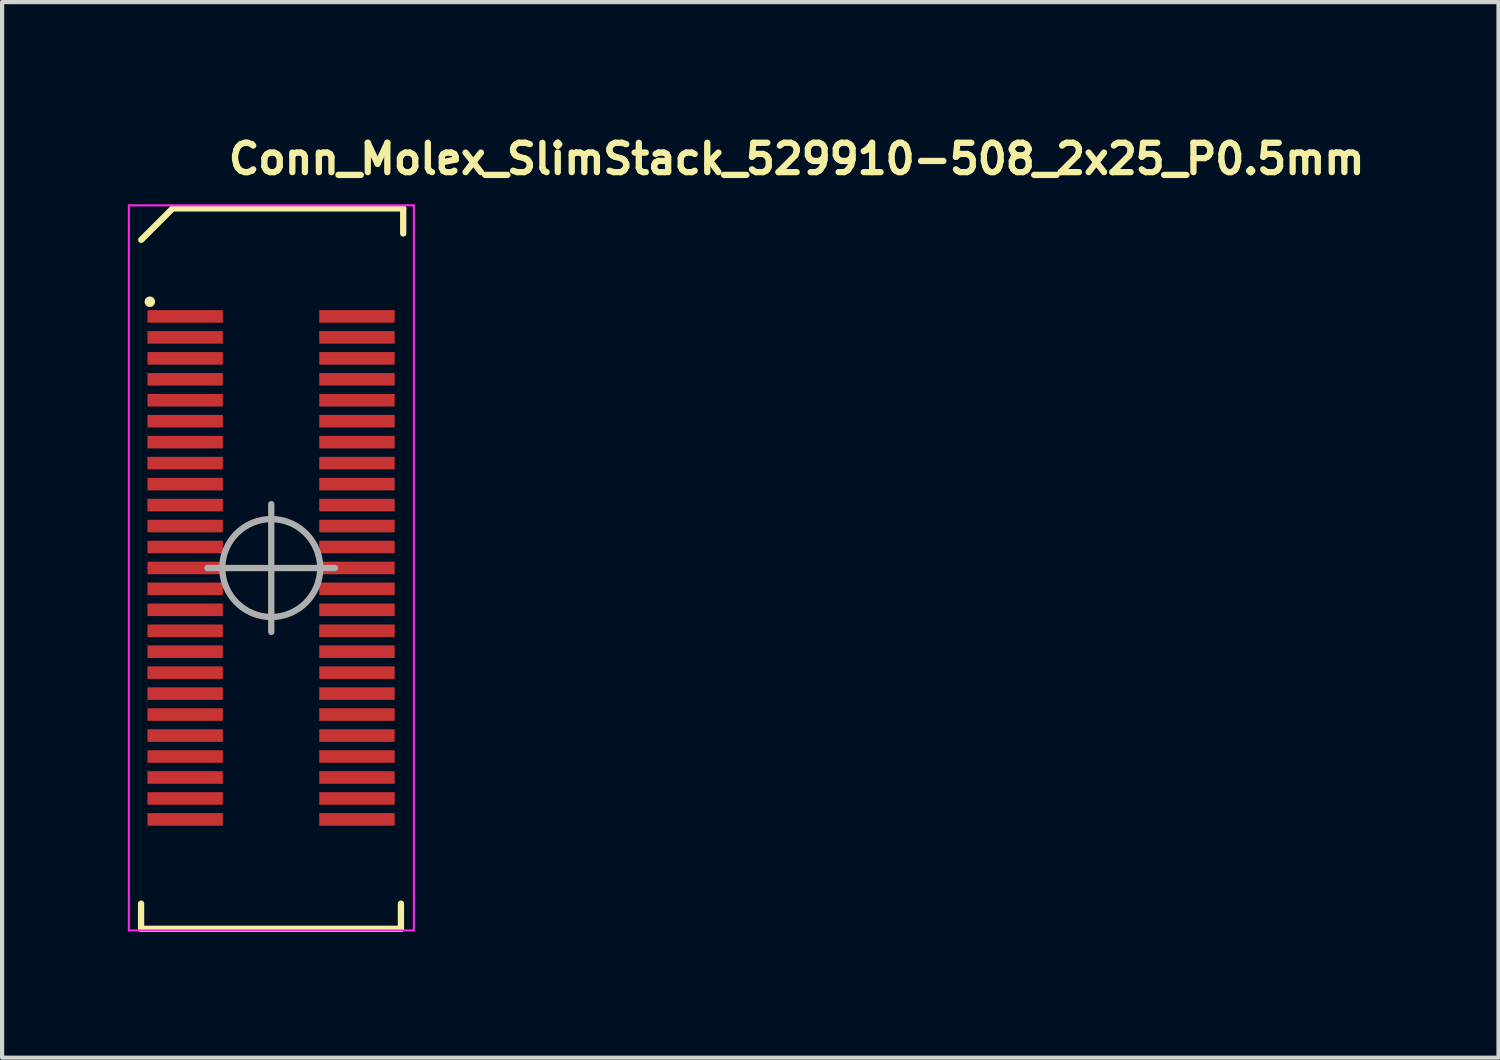
<source format=kicad_pcb>
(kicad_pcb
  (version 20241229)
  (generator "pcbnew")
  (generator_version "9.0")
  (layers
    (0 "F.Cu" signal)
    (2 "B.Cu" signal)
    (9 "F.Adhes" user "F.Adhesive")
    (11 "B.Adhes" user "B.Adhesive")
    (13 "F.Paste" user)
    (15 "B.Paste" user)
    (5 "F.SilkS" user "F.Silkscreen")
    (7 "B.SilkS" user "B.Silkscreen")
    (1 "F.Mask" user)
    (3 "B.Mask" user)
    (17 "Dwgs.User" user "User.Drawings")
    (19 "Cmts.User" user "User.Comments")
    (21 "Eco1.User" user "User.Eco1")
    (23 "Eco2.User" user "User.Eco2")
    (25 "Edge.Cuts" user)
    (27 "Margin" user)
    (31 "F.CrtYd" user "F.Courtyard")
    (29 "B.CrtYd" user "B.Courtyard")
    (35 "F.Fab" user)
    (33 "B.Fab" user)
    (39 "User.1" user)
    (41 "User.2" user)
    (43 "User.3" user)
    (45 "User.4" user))
  (footprint "Conn_Molex_SlimStack_529910-508_2x25_P0.5mm"
    (layer "F.Cu")
    (at 3.425 10.499)
    (property "Reference" "Conn_Molex_SlimStack_529910-508_2x25_P0.5mm" (at -1.099 -9.349 0) (layer "F.SilkS") (effects (font (size 0.7 0.7) (thickness 0.15)) (justify left bottom)))
    (attr smd)
    (fp_line (start -3.109 8.611) (end -3.109 8.011) (stroke (width 0.15) (type solid)) (layer "F.SilkS"))
    (fp_line (start -3.105 -7.827) (end -2.355 -8.577) (stroke (width 0.15) (type solid)) (layer "F.SilkS"))
    (fp_line (start -2.355 -8.577) (end 3.145 -8.577) (stroke (width 0.15) (type solid)) (layer "F.SilkS"))
    (fp_line (start 3.091 8.011) (end 3.091 8.611) (stroke (width 0.15) (type solid)) (layer "F.SilkS"))
    (fp_line (start 3.091 8.611) (end -3.109 8.611) (stroke (width 0.15) (type solid)) (layer "F.SilkS"))
    (fp_line (start 3.145 -7.978) (end 3.145 -8.577) (stroke (width 0.15) (type solid)) (layer "F.SilkS"))
    (fp_circle (center -2.9 -6.35) (end -2.85 -6.35) (stroke (width 0.15) (type solid)) (fill yes) (layer "F.SilkS"))
    (fp_line (start -3.4 -8.65) (end -3.4 8.65) (stroke (width 0.05) (type solid)) (layer "F.CrtYd"))
    (fp_line (start -3.4 8.65) (end 3.4 8.65) (stroke (width 0.05) (type solid)) (layer "F.CrtYd"))
    (fp_line (start 3.4 -8.65) (end -3.4 -8.65) (stroke (width 0.05) (type solid)) (layer "F.CrtYd"))
    (fp_line (start 3.4 8.65) (end 3.4 -8.65) (stroke (width 0.05) (type solid)) (layer "F.CrtYd"))
    (fp_line (start -0.003 0.004) (end -1.528 0.004) (stroke (width 0.15) (type solid)) (layer "F.Fab"))
    (fp_line (start -0.003 0.004) (end -0.003 -1.52) (stroke (width 0.15) (type solid)) (layer "F.Fab"))
    (fp_line (start -0.003 0.004) (end -0.003 1.527) (stroke (width 0.15) (type solid)) (layer "F.Fab"))
    (fp_line (start -0.003 0.004) (end 1.519 0.004) (stroke (width 0.15) (type solid)) (layer "F.Fab"))
    (fp_circle (center -0.003 0.004) (end 1.165 0.004) (stroke (width 0.15) (type solid)) (fill no) (layer "F.Fab"))
    (fp_rect (start -2.702 -8.151) (end 2.7 8.15) (stroke (width 0.1) (type solid)) (fill no) (layer "User.5"))
    (fp_line (start -2.702 -7.952) (end -2.702 -7) (stroke (width 0.02) (type solid)) (layer "User.9"))
    (fp_line (start -2.702 -7) (end -2.15 -7) (stroke (width 0.02) (type solid)) (layer "User.9"))
    (fp_line (start -2.702 6.999) (end -2.702 7.948) (stroke (width 0.02) (type solid)) (layer "User.9"))
    (fp_line (start -2.702 6.999) (end -2.15 6.999) (stroke (width 0.02) (type solid)) (layer "User.9"))
    (fp_line (start -2.702 7.948) (end -2.701 7.959) (stroke (width 0.02) (type solid)) (layer "User.9"))
    (fp_line (start -2.701 -7.97) (end -2.701 -7.96) (stroke (width 0.02) (type solid)) (layer "User.9"))
    (fp_line (start -2.701 -7.96) (end -2.702 -7.952) (stroke (width 0.02) (type solid)) (layer "User.9"))
    (fp_line (start -2.701 7.959) (end -2.699 7.969) (stroke (width 0.02) (type solid)) (layer "User.9"))
    (fp_line (start -2.699 7.969) (end -2.698 7.98) (stroke (width 0.02) (type solid)) (layer "User.9"))
    (fp_line (start -2.698 -7.991) (end -2.698 -7.981) (stroke (width 0.02) (type solid)) (layer "User.9"))
    (fp_line (start -2.698 -7.981) (end -2.701 -7.97) (stroke (width 0.02) (type solid)) (layer "User.9"))
    (fp_line (start -2.698 7.98) (end -2.697 7.99) (stroke (width 0.02) (type solid)) (layer "User.9"))
    (fp_line (start -2.697 7.99) (end -2.694 7.999) (stroke (width 0.02) (type solid)) (layer "User.9"))
    (fp_line (start -2.694 -8) (end -2.698 -7.991) (stroke (width 0.02) (type solid)) (layer "User.9"))
    (fp_line (start -2.694 7.999) (end -2.693 8.009) (stroke (width 0.02) (type solid)) (layer "User.9"))
    (fp_line (start -2.693 -8.01) (end -2.694 -8) (stroke (width 0.02) (type solid)) (layer "User.9"))
    (fp_line (start -2.693 8.009) (end -2.689 8.018) (stroke (width 0.02) (type solid)) (layer "User.9"))
    (fp_line (start -2.69 -8.019) (end -2.693 -8.01) (stroke (width 0.02) (type solid)) (layer "User.9"))
    (fp_line (start -2.689 8.018) (end -2.685 8.027) (stroke (width 0.02) (type solid)) (layer "User.9"))
    (fp_line (start -2.685 -8.028) (end -2.69 -8.019) (stroke (width 0.02) (type solid)) (layer "User.9"))
    (fp_line (start -2.685 8.027) (end -2.681 8.035) (stroke (width 0.02) (type solid)) (layer "User.9"))
    (fp_line (start -2.681 -8.036) (end -2.685 -8.028) (stroke (width 0.02) (type solid)) (layer "User.9"))
    (fp_line (start -2.681 8.035) (end -2.677 8.044) (stroke (width 0.02) (type solid)) (layer "User.9"))
    (fp_line (start -2.677 -8.045) (end -2.681 -8.036) (stroke (width 0.02) (type solid)) (layer "User.9"))
    (fp_line (start -2.677 8.044) (end -2.673 8.053) (stroke (width 0.02) (type solid)) (layer "User.9"))
    (fp_line (start -2.673 -8.054) (end -2.677 -8.045) (stroke (width 0.02) (type solid)) (layer "User.9"))
    (fp_line (start -2.673 8.053) (end -2.666 8.06) (stroke (width 0.02) (type solid)) (layer "User.9"))
    (fp_line (start -2.668 -8.061) (end -2.673 -8.054) (stroke (width 0.02) (type solid)) (layer "User.9"))
    (fp_line (start -2.666 8.06) (end -2.661 8.069) (stroke (width 0.02) (type solid)) (layer "User.9"))
    (fp_line (start -2.661 -8.07) (end -2.668 -8.061) (stroke (width 0.02) (type solid)) (layer "User.9"))
    (fp_line (start -2.661 8.069) (end -2.656 8.076) (stroke (width 0.02) (type solid)) (layer "User.9"))
    (fp_line (start -2.656 -8.077) (end -2.661 -8.07) (stroke (width 0.02) (type solid)) (layer "User.9"))
    (fp_line (start -2.656 8.076) (end -2.649 8.083) (stroke (width 0.02) (type solid)) (layer "User.9"))
    (fp_line (start -2.65 -5.901) (end -2.65 -6.101) (stroke (width 0.02) (type solid)) (layer "User.9"))
    (fp_line (start -2.65 -5.401) (end -2.65 -5.601) (stroke (width 0.02) (type solid)) (layer "User.9"))
    (fp_line (start -2.65 -4.901) (end -2.65 -5.101) (stroke (width 0.02) (type solid)) (layer "User.9"))
    (fp_line (start -2.65 -4.401) (end -2.65 -4.601) (stroke (width 0.02) (type solid)) (layer "User.9"))
    (fp_line (start -2.65 -3.9) (end -2.65 -4.1) (stroke (width 0.02) (type solid)) (layer "User.9"))
    (fp_line (start -2.65 -3.4) (end -2.65 -3.601) (stroke (width 0.02) (type solid)) (layer "User.9"))
    (fp_line (start -2.65 -2.9) (end -2.65 -3.101) (stroke (width 0.02) (type solid)) (layer "User.9"))
    (fp_line (start -2.65 -2.4) (end -2.65 -2.601) (stroke (width 0.02) (type solid)) (layer "User.9"))
    (fp_line (start -2.65 -1.901) (end -2.65 -2.101) (stroke (width 0.02) (type solid)) (layer "User.9"))
    (fp_line (start -2.65 -1.401) (end -2.65 -1.601) (stroke (width 0.02) (type solid)) (layer "User.9"))
    (fp_line (start -2.65 -0.902) (end -2.65 -1.101) (stroke (width 0.02) (type solid)) (layer "User.9"))
    (fp_line (start -2.65 -0.402) (end -2.65 -0.6) (stroke (width 0.02) (type solid)) (layer "User.9"))
    (fp_line (start -2.65 0.1) (end -2.65 -0.102) (stroke (width 0.02) (type solid)) (layer "User.9"))
    (fp_line (start -2.65 0.599) (end -2.65 0.399) (stroke (width 0.02) (type solid)) (layer "User.9"))
    (fp_line (start -2.65 1.1) (end -2.65 0.899) (stroke (width 0.02) (type solid)) (layer "User.9"))
    (fp_line (start -2.65 1.6) (end -2.65 1.398) (stroke (width 0.02) (type solid)) (layer "User.9"))
    (fp_line (start -2.65 2.1) (end -2.65 1.898) (stroke (width 0.02) (type solid)) (layer "User.9"))
    (fp_line (start -2.65 2.6) (end -2.65 2.398) (stroke (width 0.02) (type solid)) (layer "User.9"))
    (fp_line (start -2.65 3.099) (end -2.65 2.899) (stroke (width 0.02) (type solid)) (layer "User.9"))
    (fp_line (start -2.65 3.599) (end -2.65 3.399) (stroke (width 0.02) (type solid)) (layer "User.9"))
    (fp_line (start -2.65 4.099) (end -2.65 3.899) (stroke (width 0.02) (type solid)) (layer "User.9"))
    (fp_line (start -2.65 4.599) (end -2.65 4.4) (stroke (width 0.02) (type solid)) (layer "User.9"))
    (fp_line (start -2.65 5.099) (end -2.65 4.9) (stroke (width 0.02) (type solid)) (layer "User.9"))
    (fp_line (start -2.65 5.599) (end -2.65 5.4) (stroke (width 0.02) (type solid)) (layer "User.9"))
    (fp_line (start -2.65 6.099) (end -2.65 5.9) (stroke (width 0.02) (type solid)) (layer "User.9"))
    (fp_line (start -2.649 -8.086) (end -2.656 -8.077) (stroke (width 0.02) (type solid)) (layer "User.9"))
    (fp_line (start -2.649 8.083) (end -2.642 8.09) (stroke (width 0.02) (type solid)) (layer "User.9"))
    (fp_line (start -2.642 -8.093) (end -2.649 -8.086) (stroke (width 0.02) (type solid)) (layer "User.9"))
    (fp_line (start -2.642 -8.093) (end -2.642 -8.093) (stroke (width 0.02) (type solid)) (layer "User.9"))
    (fp_line (start -2.642 8.09) (end -2.636 8.098) (stroke (width 0.02) (type solid)) (layer "User.9"))
    (fp_line (start -2.636 -8.1) (end -2.642 -8.093) (stroke (width 0.02) (type solid)) (layer "User.9"))
    (fp_line (start -2.636 8.098) (end -2.629 8.104) (stroke (width 0.02) (type solid)) (layer "User.9"))
    (fp_line (start -2.629 8.104) (end -2.621 8.109) (stroke (width 0.02) (type solid)) (layer "User.9"))
    (fp_line (start -2.628 -8.106) (end -2.636 -8.1) (stroke (width 0.02) (type solid)) (layer "User.9"))
    (fp_line (start -2.621 8.109) (end -2.613 8.115) (stroke (width 0.02) (type solid)) (layer "User.9"))
    (fp_line (start -2.62 -8.112) (end -2.628 -8.106) (stroke (width 0.02) (type solid)) (layer "User.9"))
    (fp_line (start -2.613 8.115) (end -2.605 8.121) (stroke (width 0.02) (type solid)) (layer "User.9"))
    (fp_line (start -2.612 -8.118) (end -2.62 -8.112) (stroke (width 0.02) (type solid)) (layer "User.9"))
    (fp_line (start -2.605 8.121) (end -2.597 8.124) (stroke (width 0.02) (type solid)) (layer "User.9"))
    (fp_line (start -2.604 -8.122) (end -2.612 -8.118) (stroke (width 0.02) (type solid)) (layer "User.9"))
    (fp_line (start -2.597 8.124) (end -2.588 8.13) (stroke (width 0.02) (type solid)) (layer "User.9"))
    (fp_line (start -2.596 -8.128) (end -2.604 -8.122) (stroke (width 0.02) (type solid)) (layer "User.9"))
    (fp_line (start -2.588 8.13) (end -2.578 8.134) (stroke (width 0.02) (type solid)) (layer "User.9"))
    (fp_line (start -2.586 -8.132) (end -2.596 -8.128) (stroke (width 0.02) (type solid)) (layer "User.9"))
    (fp_line (start -2.578 8.134) (end -2.569 8.137) (stroke (width 0.02) (type solid)) (layer "User.9"))
    (fp_line (start -2.577 -8.135) (end -2.586 -8.132) (stroke (width 0.02) (type solid)) (layer "User.9"))
    (fp_line (start -2.569 -8.139) (end -2.577 -8.135) (stroke (width 0.02) (type solid)) (layer "User.9"))
    (fp_line (start -2.569 8.137) (end -2.56 8.14) (stroke (width 0.02) (type solid)) (layer "User.9"))
    (fp_line (start -2.56 -8.142) (end -2.569 -8.139) (stroke (width 0.02) (type solid)) (layer "User.9"))
    (fp_line (start -2.56 8.14) (end -2.551 8.143) (stroke (width 0.02) (type solid)) (layer "User.9"))
    (fp_line (start -2.551 8.143) (end -2.541 8.144) (stroke (width 0.02) (type solid)) (layer "User.9"))
    (fp_line (start -2.549 -8.144) (end -2.56 -8.142) (stroke (width 0.02) (type solid)) (layer "User.9"))
    (fp_line (start -2.541 8.144) (end -2.532 8.147) (stroke (width 0.02) (type solid)) (layer "User.9"))
    (fp_line (start -2.54 -8.148) (end -2.549 -8.144) (stroke (width 0.02) (type solid)) (layer "User.9"))
    (fp_line (start -2.532 8.147) (end -2.521 8.147) (stroke (width 0.02) (type solid)) (layer "User.9"))
    (fp_line (start -2.531 -8.148) (end -2.54 -8.148) (stroke (width 0.02) (type solid)) (layer "User.9"))
    (fp_line (start -2.521 8.147) (end -2.512 8.149) (stroke (width 0.02) (type solid)) (layer "User.9"))
    (fp_line (start -2.52 -8.151) (end -2.531 -8.148) (stroke (width 0.02) (type solid)) (layer "User.9"))
    (fp_line (start -2.512 8.149) (end -2.5 8.149) (stroke (width 0.02) (type solid)) (layer "User.9"))
    (fp_line (start -2.511 -8.151) (end -2.52 -8.151) (stroke (width 0.02) (type solid)) (layer "User.9"))
    (fp_line (start -2.5 -8.151) (end -2.511 -8.151) (stroke (width 0.02) (type solid)) (layer "User.9"))
    (fp_line (start -2.5 -8.151) (end -1.7 -8.151) (stroke (width 0.02) (type solid)) (layer "User.9"))
    (fp_line (start -2.15 -7.952) (end -2.15 -6.351) (stroke (width 0.02) (type solid)) (layer "User.9"))
    (fp_line (start -2.15 -7.952) (end -1.901 -7.952) (stroke (width 0.02) (type solid)) (layer "User.9"))
    (fp_line (start -2.15 -6.101) (end -2.65 -6.101) (stroke (width 0.02) (type solid)) (layer "User.9"))
    (fp_line (start -2.15 -5.901) (end -2.65 -5.901) (stroke (width 0.02) (type solid)) (layer "User.9"))
    (fp_line (start -2.15 -5.601) (end -2.65 -5.601) (stroke (width 0.02) (type solid)) (layer "User.9"))
    (fp_line (start -2.15 -5.401) (end -2.65 -5.401) (stroke (width 0.02) (type solid)) (layer "User.9"))
    (fp_line (start -2.15 -5.101) (end -2.65 -5.101) (stroke (width 0.02) (type solid)) (layer "User.9"))
    (fp_line (start -2.15 -4.901) (end -2.65 -4.901) (stroke (width 0.02) (type solid)) (layer "User.9"))
    (fp_line (start -2.15 -4.601) (end -2.65 -4.601) (stroke (width 0.02) (type solid)) (layer "User.9"))
    (fp_line (start -2.15 -4.401) (end -2.65 -4.401) (stroke (width 0.02) (type solid)) (layer "User.9"))
    (fp_line (start -2.15 -4.1) (end -2.65 -4.1) (stroke (width 0.02) (type solid)) (layer "User.9"))
    (fp_line (start -2.15 -3.9) (end -2.65 -3.9) (stroke (width 0.02) (type solid)) (layer "User.9"))
    (fp_line (start -2.15 -3.601) (end -2.65 -3.601) (stroke (width 0.02) (type solid)) (layer "User.9"))
    (fp_line (start -2.15 -3.4) (end -2.65 -3.4) (stroke (width 0.02) (type solid)) (layer "User.9"))
    (fp_line (start -2.15 -3.101) (end -2.65 -3.101) (stroke (width 0.02) (type solid)) (layer "User.9"))
    (fp_line (start -2.15 -2.9) (end -2.65 -2.9) (stroke (width 0.02) (type solid)) (layer "User.9"))
    (fp_line (start -2.15 -2.601) (end -2.65 -2.601) (stroke (width 0.02) (type solid)) (layer "User.9"))
    (fp_line (start -2.15 -2.4) (end -2.65 -2.4) (stroke (width 0.02) (type solid)) (layer "User.9"))
    (fp_line (start -2.15 -2.101) (end -2.65 -2.101) (stroke (width 0.02) (type solid)) (layer "User.9"))
    (fp_line (start -2.15 -1.901) (end -2.65 -1.901) (stroke (width 0.02) (type solid)) (layer "User.9"))
    (fp_line (start -2.15 -1.601) (end -2.65 -1.601) (stroke (width 0.02) (type solid)) (layer "User.9"))
    (fp_line (start -2.15 -1.401) (end -2.65 -1.401) (stroke (width 0.02) (type solid)) (layer "User.9"))
    (fp_line (start -2.15 -1.101) (end -2.65 -1.101) (stroke (width 0.02) (type solid)) (layer "User.9"))
    (fp_line (start -2.15 -0.902) (end -2.65 -0.902) (stroke (width 0.02) (type solid)) (layer "User.9"))
    (fp_line (start -2.15 -0.6) (end -2.65 -0.6) (stroke (width 0.02) (type solid)) (layer "User.9"))
    (fp_line (start -2.15 -0.402) (end -2.65 -0.402) (stroke (width 0.02) (type solid)) (layer "User.9"))
    (fp_line (start -2.15 -0.102) (end -2.65 -0.102) (stroke (width 0.02) (type solid)) (layer "User.9"))
    (fp_line (start -2.15 0.1) (end -2.65 0.1) (stroke (width 0.02) (type solid)) (layer "User.9"))
    (fp_line (start -2.15 0.399) (end -2.65 0.399) (stroke (width 0.02) (type solid)) (layer "User.9"))
    (fp_line (start -2.15 0.599) (end -2.65 0.599) (stroke (width 0.02) (type solid)) (layer "User.9"))
    (fp_line (start -2.15 0.899) (end -2.65 0.899) (stroke (width 0.02) (type solid)) (layer "User.9"))
    (fp_line (start -2.15 1.1) (end -2.65 1.1) (stroke (width 0.02) (type solid)) (layer "User.9"))
    (fp_line (start -2.15 1.398) (end -2.65 1.398) (stroke (width 0.02) (type solid)) (layer "User.9"))
    (fp_line (start -2.15 1.6) (end -2.65 1.6) (stroke (width 0.02) (type solid)) (layer "User.9"))
    (fp_line (start -2.15 1.898) (end -2.65 1.898) (stroke (width 0.02) (type solid)) (layer "User.9"))
    (fp_line (start -2.15 2.1) (end -2.65 2.1) (stroke (width 0.02) (type solid)) (layer "User.9"))
    (fp_line (start -2.15 2.398) (end -2.65 2.398) (stroke (width 0.02) (type solid)) (layer "User.9"))
    (fp_line (start -2.15 2.6) (end -2.65 2.6) (stroke (width 0.02) (type solid)) (layer "User.9"))
    (fp_line (start -2.15 2.899) (end -2.65 2.899) (stroke (width 0.02) (type solid)) (layer "User.9"))
    (fp_line (start -2.15 3.099) (end -2.65 3.099) (stroke (width 0.02) (type solid)) (layer "User.9"))
    (fp_line (start -2.15 3.399) (end -2.65 3.399) (stroke (width 0.02) (type solid)) (layer "User.9"))
    (fp_line (start -2.15 3.599) (end -2.65 3.599) (stroke (width 0.02) (type solid)) (layer "User.9"))
    (fp_line (start -2.15 3.899) (end -2.65 3.899) (stroke (width 0.02) (type solid)) (layer "User.9"))
    (fp_line (start -2.15 4.099) (end -2.65 4.099) (stroke (width 0.02) (type solid)) (layer "User.9"))
    (fp_line (start -2.15 4.4) (end -2.65 4.4) (stroke (width 0.02) (type solid)) (layer "User.9"))
    (fp_line (start -2.15 4.599) (end -2.65 4.599) (stroke (width 0.02) (type solid)) (layer "User.9"))
    (fp_line (start -2.15 4.9) (end -2.65 4.9) (stroke (width 0.02) (type solid)) (layer "User.9"))
    (fp_line (start -2.15 5.099) (end -2.65 5.099) (stroke (width 0.02) (type solid)) (layer "User.9"))
    (fp_line (start -2.15 5.4) (end -2.65 5.4) (stroke (width 0.02) (type solid)) (layer "User.9"))
    (fp_line (start -2.15 5.599) (end -2.65 5.599) (stroke (width 0.02) (type solid)) (layer "User.9"))
    (fp_line (start -2.15 5.9) (end -2.65 5.9) (stroke (width 0.02) (type solid)) (layer "User.9"))
    (fp_line (start -2.15 6.099) (end -2.65 6.099) (stroke (width 0.02) (type solid)) (layer "User.9"))
    (fp_line (start -2.15 6.349) (end -2.15 -6.351) (stroke (width 0.02) (type solid)) (layer "User.9"))
    (fp_line (start -2.15 6.349) (end -2.15 7.948) (stroke (width 0.02) (type solid)) (layer "User.9"))
    (fp_line (start -2.15 7.948) (end -1.901 7.948) (stroke (width 0.02) (type solid)) (layer "User.9"))
    (fp_line (start -1.901 -7.97) (end -1.901 -7.96) (stroke (width 0.02) (type solid)) (layer "User.9"))
    (fp_line (start -1.901 -7.96) (end -1.901 -7.952) (stroke (width 0.02) (type solid)) (layer "User.9"))
    (fp_line (start -1.901 7.948) (end -1.901 7.959) (stroke (width 0.02) (type solid)) (layer "User.9"))
    (fp_line (start -1.901 7.959) (end -1.899 7.969) (stroke (width 0.02) (type solid)) (layer "User.9"))
    (fp_line (start -1.899 -7.981) (end -1.901 -7.97) (stroke (width 0.02) (type solid)) (layer "User.9"))
    (fp_line (start -1.899 7.969) (end -1.899 7.98) (stroke (width 0.02) (type solid)) (layer "User.9"))
    (fp_line (start -1.899 7.98) (end -1.897 7.99) (stroke (width 0.02) (type solid)) (layer "User.9"))
    (fp_line (start -1.897 -7.991) (end -1.899 -7.981) (stroke (width 0.02) (type solid)) (layer "User.9"))
    (fp_line (start -1.897 7.99) (end -1.895 7.999) (stroke (width 0.02) (type solid)) (layer "User.9"))
    (fp_line (start -1.895 -8) (end -1.897 -7.991) (stroke (width 0.02) (type solid)) (layer "User.9"))
    (fp_line (start -1.895 7.999) (end -1.893 8.009) (stroke (width 0.02) (type solid)) (layer "User.9"))
    (fp_line (start -1.893 -8.01) (end -1.895 -8) (stroke (width 0.02) (type solid)) (layer "User.9"))
    (fp_line (start -1.893 8.009) (end -1.889 8.018) (stroke (width 0.02) (type solid)) (layer "User.9"))
    (fp_line (start -1.889 -8.019) (end -1.893 -8.01) (stroke (width 0.02) (type solid)) (layer "User.9"))
    (fp_line (start -1.889 8.018) (end -1.885 8.027) (stroke (width 0.02) (type solid)) (layer "User.9"))
    (fp_line (start -1.885 -8.028) (end -1.889 -8.019) (stroke (width 0.02) (type solid)) (layer "User.9"))
    (fp_line (start -1.885 8.027) (end -1.881 8.035) (stroke (width 0.02) (type solid)) (layer "User.9"))
    (fp_line (start -1.881 -8.036) (end -1.885 -8.028) (stroke (width 0.02) (type solid)) (layer "User.9"))
    (fp_line (start -1.881 8.035) (end -1.877 8.044) (stroke (width 0.02) (type solid)) (layer "User.9"))
    (fp_line (start -1.877 -8.045) (end -1.881 -8.036) (stroke (width 0.02) (type solid)) (layer "User.9"))
    (fp_line (start -1.877 8.044) (end -1.873 8.053) (stroke (width 0.02) (type solid)) (layer "User.9"))
    (fp_line (start -1.873 -8.054) (end -1.877 -8.045) (stroke (width 0.02) (type solid)) (layer "User.9"))
    (fp_line (start -1.873 8.053) (end -1.867 8.06) (stroke (width 0.02) (type solid)) (layer "User.9"))
    (fp_line (start -1.867 -8.061) (end -1.873 -8.054) (stroke (width 0.02) (type solid)) (layer "User.9"))
    (fp_line (start -1.867 8.06) (end -1.861 8.069) (stroke (width 0.02) (type solid)) (layer "User.9"))
    (fp_line (start -1.861 -8.07) (end -1.867 -8.061) (stroke (width 0.02) (type solid)) (layer "User.9"))
    (fp_line (start -1.861 8.069) (end -1.855 8.076) (stroke (width 0.02) (type solid)) (layer "User.9"))
    (fp_line (start -1.855 -8.077) (end -1.861 -8.07) (stroke (width 0.02) (type solid)) (layer "User.9"))
    (fp_line (start -1.855 8.076) (end -1.849 8.083) (stroke (width 0.02) (type solid)) (layer "User.9"))
    (fp_line (start -1.849 -8.086) (end -1.855 -8.077) (stroke (width 0.02) (type solid)) (layer "User.9"))
    (fp_line (start -1.849 8.083) (end -1.843 8.09) (stroke (width 0.02) (type solid)) (layer "User.9"))
    (fp_line (start -1.845 -6.351) (end -2.15 -6.351) (stroke (width 0.02) (type solid)) (layer "User.9"))
    (fp_line (start -1.845 -6.351) (end -1.575 -6.351) (stroke (width 0.02) (type solid)) (layer "User.9"))
    (fp_line (start -1.845 6.349) (end -2.15 6.349) (stroke (width 0.02) (type solid)) (layer "User.9"))
    (fp_line (start -1.845 6.349) (end -1.845 -6.351) (stroke (width 0.02) (type solid)) (layer "User.9"))
    (fp_line (start -1.845 6.349) (end -1.575 6.349) (stroke (width 0.02) (type solid)) (layer "User.9"))
    (fp_line (start -1.843 -8.093) (end -1.849 -8.086) (stroke (width 0.02) (type solid)) (layer "User.9"))
    (fp_line (start -1.843 -8.093) (end -1.843 -8.093) (stroke (width 0.02) (type solid)) (layer "User.9"))
    (fp_line (start -1.843 8.09) (end -1.835 8.098) (stroke (width 0.02) (type solid)) (layer "User.9"))
    (fp_line (start -1.835 -8.1) (end -1.843 -8.093) (stroke (width 0.02) (type solid)) (layer "User.9"))
    (fp_line (start -1.835 8.098) (end -1.829 8.104) (stroke (width 0.02) (type solid)) (layer "User.9"))
    (fp_line (start -1.829 8.104) (end -1.821 8.109) (stroke (width 0.02) (type solid)) (layer "User.9"))
    (fp_line (start -1.827 -8.106) (end -1.835 -8.1) (stroke (width 0.02) (type solid)) (layer "User.9"))
    (fp_line (start -1.821 8.109) (end -1.813 8.115) (stroke (width 0.02) (type solid)) (layer "User.9"))
    (fp_line (start -1.819 -8.112) (end -1.827 -8.106) (stroke (width 0.02) (type solid)) (layer "User.9"))
    (fp_line (start -1.813 8.115) (end -1.805 8.121) (stroke (width 0.02) (type solid)) (layer "User.9"))
    (fp_line (start -1.811 -8.118) (end -1.819 -8.112) (stroke (width 0.02) (type solid)) (layer "User.9"))
    (fp_line (start -1.805 8.121) (end -1.797 8.124) (stroke (width 0.02) (type solid)) (layer "User.9"))
    (fp_line (start -1.803 -8.122) (end -1.811 -8.118) (stroke (width 0.02) (type solid)) (layer "User.9"))
    (fp_line (start -1.797 8.124) (end -1.788 8.13) (stroke (width 0.02) (type solid)) (layer "User.9"))
    (fp_line (start -1.795 -8.128) (end -1.803 -8.122) (stroke (width 0.02) (type solid)) (layer "User.9"))
    (fp_line (start -1.788 8.13) (end -1.778 8.134) (stroke (width 0.02) (type solid)) (layer "User.9"))
    (fp_line (start -1.786 -8.132) (end -1.795 -8.128) (stroke (width 0.02) (type solid)) (layer "User.9"))
    (fp_line (start -1.778 -8.135) (end -1.786 -8.132) (stroke (width 0.02) (type solid)) (layer "User.9"))
    (fp_line (start -1.778 8.134) (end -1.77 8.137) (stroke (width 0.02) (type solid)) (layer "User.9"))
    (fp_line (start -1.77 8.137) (end -1.76 8.14) (stroke (width 0.02) (type solid)) (layer "User.9"))
    (fp_line (start -1.768 -8.139) (end -1.778 -8.135) (stroke (width 0.02) (type solid)) (layer "User.9"))
    (fp_line (start -1.76 -8.142) (end -1.768 -8.139) (stroke (width 0.02) (type solid)) (layer "User.9"))
    (fp_line (start -1.76 8.14) (end -1.75 8.143) (stroke (width 0.02) (type solid)) (layer "User.9"))
    (fp_line (start -1.75 -8.144) (end -1.76 -8.142) (stroke (width 0.02) (type solid)) (layer "User.9"))
    (fp_line (start -1.75 8.143) (end -1.742 8.144) (stroke (width 0.02) (type solid)) (layer "User.9"))
    (fp_line (start -1.746 -5.5) (end -1.746 5.499) (stroke (width 0.02) (type solid)) (layer "User.9"))
    (fp_line (start -1.742 8.144) (end -1.732 8.147) (stroke (width 0.02) (type solid)) (layer "User.9"))
    (fp_line (start -1.74 -8.148) (end -1.75 -8.144) (stroke (width 0.02) (type solid)) (layer "User.9"))
    (fp_line (start -1.732 8.147) (end -1.722 8.147) (stroke (width 0.02) (type solid)) (layer "User.9"))
    (fp_line (start -1.73 -8.148) (end -1.74 -8.148) (stroke (width 0.02) (type solid)) (layer "User.9"))
    (fp_line (start -1.722 8.147) (end -1.712 8.149) (stroke (width 0.02) (type solid)) (layer "User.9"))
    (fp_line (start -1.72 -8.151) (end -1.73 -8.148) (stroke (width 0.02) (type solid)) (layer "User.9"))
    (fp_line (start -1.712 8.149) (end -1.7 8.149) (stroke (width 0.02) (type solid)) (layer "User.9"))
    (fp_line (start -1.71 -8.151) (end -1.72 -8.151) (stroke (width 0.02) (type solid)) (layer "User.9"))
    (fp_line (start -1.7 -8.151) (end -1.71 -8.151) (stroke (width 0.02) (type solid)) (layer "User.9"))
    (fp_line (start -1.7 -8.151) (end -1.2 -8.151) (stroke (width 0.02) (type solid)) (layer "User.9"))
    (fp_line (start -1.7 8.15) (end -2.5 8.15) (stroke (width 0.02) (type solid)) (layer "User.9"))
    (fp_line (start -1.643 -1.601) (end -1.643 -0.902) (stroke (width 0.02) (type solid)) (layer "User.9"))
    (fp_line (start -1.643 -1.601) (end -1.575 -1.601) (stroke (width 0.02) (type solid)) (layer "User.9"))
    (fp_line (start -1.643 -0.902) (end -1.575 -0.902) (stroke (width 0.02) (type solid)) (layer "User.9"))
    (fp_line (start -1.643 0.899) (end -1.643 1.6) (stroke (width 0.02) (type solid)) (layer "User.9"))
    (fp_line (start -1.643 0.899) (end -1.575 0.899) (stroke (width 0.02) (type solid)) (layer "User.9"))
    (fp_line (start -1.643 1.6) (end -1.575 1.6) (stroke (width 0.02) (type solid)) (layer "User.9"))
    (fp_line (start -1.575 -6.696) (end -1.573 -6.707) (stroke (width 0.02) (type solid)) (layer "User.9"))
    (fp_line (start -1.575 -6.686) (end -1.575 -6.696) (stroke (width 0.02) (type solid)) (layer "User.9"))
    (fp_line (start -1.575 -6.675) (end -1.575 -6.686) (stroke (width 0.02) (type solid)) (layer "User.9"))
    (fp_line (start -1.575 -6.351) (end -1.575 -6.675) (stroke (width 0.02) (type solid)) (layer "User.9"))
    (fp_line (start -1.575 -5.5) (end -1.746 -5.5) (stroke (width 0.02) (type solid)) (layer "User.9"))
    (fp_line (start -1.575 -5.5) (end -1.575 -6.351) (stroke (width 0.02) (type solid)) (layer "User.9"))
    (fp_line (start -1.575 -5.5) (end -1.575 -1.601) (stroke (width 0.02) (type solid)) (layer "User.9"))
    (fp_line (start -1.575 -1.601) (end -1.541 -1.601) (stroke (width 0.02) (type solid)) (layer "User.9"))
    (fp_line (start -1.575 -0.902) (end -1.575 0.899) (stroke (width 0.02) (type solid)) (layer "User.9"))
    (fp_line (start -1.575 -0.902) (end -1.541 -0.902) (stroke (width 0.02) (type solid)) (layer "User.9"))
    (fp_line (start -1.575 0.899) (end -1.541 0.899) (stroke (width 0.02) (type solid)) (layer "User.9"))
    (fp_line (start -1.575 1.6) (end -1.575 5.499) (stroke (width 0.02) (type solid)) (layer "User.9"))
    (fp_line (start -1.575 1.6) (end -1.541 1.6) (stroke (width 0.02) (type solid)) (layer "User.9"))
    (fp_line (start -1.575 5.499) (end -1.746 5.499) (stroke (width 0.02) (type solid)) (layer "User.9"))
    (fp_line (start -1.575 6.349) (end -1.575 5.499) (stroke (width 0.02) (type solid)) (layer "User.9"))
    (fp_line (start -1.575 6.674) (end -1.575 6.349) (stroke (width 0.02) (type solid)) (layer "User.9"))
    (fp_line (start -1.575 6.685) (end -1.575 6.674) (stroke (width 0.02) (type solid)) (layer "User.9"))
    (fp_line (start -1.575 6.695) (end -1.575 6.685) (stroke (width 0.02) (type solid)) (layer "User.9"))
    (fp_line (start -1.573 -6.707) (end -1.571 -6.717) (stroke (width 0.02) (type solid)) (layer "User.9"))
    (fp_line (start -1.573 6.704) (end -1.575 6.695) (stroke (width 0.02) (type solid)) (layer "User.9"))
    (fp_line (start -1.571 -6.717) (end -1.569 -6.726) (stroke (width 0.02) (type solid)) (layer "User.9"))
    (fp_line (start -1.571 6.714) (end -1.573 6.704) (stroke (width 0.02) (type solid)) (layer "User.9"))
    (fp_line (start -1.569 -6.728) (end -1.567 -6.734) (stroke (width 0.02) (type solid)) (layer "User.9"))
    (fp_line (start -1.569 -6.726) (end -1.567 -6.736) (stroke (width 0.02) (type solid)) (layer "User.9"))
    (fp_line (start -1.569 6.724) (end -1.571 6.714) (stroke (width 0.02) (type solid)) (layer "User.9"))
    (fp_line (start -1.567 -6.736) (end -1.563 -6.744) (stroke (width 0.02) (type solid)) (layer "User.9"))
    (fp_line (start -1.567 -6.734) (end -1.565 -6.739) (stroke (width 0.02) (type solid)) (layer "User.9"))
    (fp_line (start -1.567 6.732) (end -1.569 6.727) (stroke (width 0.02) (type solid)) (layer "User.9"))
    (fp_line (start -1.567 6.733) (end -1.569 6.724) (stroke (width 0.02) (type solid)) (layer "User.9"))
    (fp_line (start -1.565 -6.742) (end -1.563 -6.747) (stroke (width 0.02) (type solid)) (layer "User.9"))
    (fp_line (start -1.565 -6.739) (end -1.565 -6.742) (stroke (width 0.02) (type solid)) (layer "User.9"))
    (fp_line (start -1.565 6.736) (end -1.567 6.732) (stroke (width 0.02) (type solid)) (layer "User.9"))
    (fp_line (start -1.565 6.741) (end -1.565 6.736) (stroke (width 0.02) (type solid)) (layer "User.9"))
    (fp_line (start -1.563 -6.747) (end -1.561 -6.752) (stroke (width 0.02) (type solid)) (layer "User.9"))
    (fp_line (start -1.563 -6.744) (end -1.561 -6.753) (stroke (width 0.02) (type solid)) (layer "User.9"))
    (fp_line (start -1.563 6.743) (end -1.567 6.733) (stroke (width 0.02) (type solid)) (layer "User.9"))
    (fp_line (start -1.563 6.746) (end -1.565 6.741) (stroke (width 0.02) (type solid)) (layer "User.9"))
    (fp_line (start -1.561 -6.753) (end -1.557 -6.763) (stroke (width 0.02) (type solid)) (layer "User.9"))
    (fp_line (start -1.561 -6.752) (end -1.559 -6.755) (stroke (width 0.02) (type solid)) (layer "User.9"))
    (fp_line (start -1.561 6.749) (end -1.563 6.746) (stroke (width 0.02) (type solid)) (layer "User.9"))
    (fp_line (start -1.561 6.751) (end -1.563 6.743) (stroke (width 0.02) (type solid)) (layer "User.9"))
    (fp_line (start -1.559 -6.755) (end -1.557 -6.76) (stroke (width 0.02) (type solid)) (layer "User.9"))
    (fp_line (start -1.559 6.754) (end -1.561 6.749) (stroke (width 0.02) (type solid)) (layer "User.9"))
    (fp_line (start -1.557 -6.763) (end -1.551 -6.771) (stroke (width 0.02) (type solid)) (layer "User.9"))
    (fp_line (start -1.557 -6.76) (end -1.555 -6.763) (stroke (width 0.02) (type solid)) (layer "User.9"))
    (fp_line (start -1.557 6.757) (end -1.559 6.754) (stroke (width 0.02) (type solid)) (layer "User.9"))
    (fp_line (start -1.557 6.76) (end -1.561 6.751) (stroke (width 0.02) (type solid)) (layer "User.9"))
    (fp_line (start -1.555 6.762) (end -1.557 6.757) (stroke (width 0.02) (type solid)) (layer "User.9"))
    (fp_line (start -1.551 -6.771) (end -1.547 -6.779) (stroke (width 0.02) (type solid)) (layer "User.9"))
    (fp_line (start -1.551 6.77) (end -1.557 6.76) (stroke (width 0.02) (type solid)) (layer "User.9"))
    (fp_line (start -1.547 -6.779) (end -1.541 -6.787) (stroke (width 0.02) (type solid)) (layer "User.9"))
    (fp_line (start -1.547 6.778) (end -1.551 6.77) (stroke (width 0.02) (type solid)) (layer "User.9"))
    (fp_line (start -1.541 -6.787) (end -1.536 -6.795) (stroke (width 0.02) (type solid)) (layer "User.9"))
    (fp_line (start -1.541 -1.601) (end -1.541 -0.902) (stroke (width 0.02) (type solid)) (layer "User.9"))
    (fp_line (start -1.541 0.899) (end -1.541 1.6) (stroke (width 0.02) (type solid)) (layer "User.9"))
    (fp_line (start -1.541 6.786) (end -1.547 6.778) (stroke (width 0.02) (type solid)) (layer "User.9"))
    (fp_line (start -1.539 -6.792) (end -1.522 -6.813) (stroke (width 0.02) (type solid)) (layer "User.9"))
    (fp_line (start -1.536 -6.795) (end -1.53 -6.803) (stroke (width 0.02) (type solid)) (layer "User.9"))
    (fp_line (start -1.536 6.794) (end -1.541 6.786) (stroke (width 0.02) (type solid)) (layer "User.9"))
    (fp_line (start -1.53 -6.803) (end -1.524 -6.811) (stroke (width 0.02) (type solid)) (layer "User.9"))
    (fp_line (start -1.53 6.802) (end -1.536 6.794) (stroke (width 0.02) (type solid)) (layer "User.9"))
    (fp_line (start -1.524 -6.811) (end -1.518 -6.818) (stroke (width 0.02) (type solid)) (layer "User.9"))
    (fp_line (start -1.524 6.809) (end -1.53 6.802) (stroke (width 0.02) (type solid)) (layer "User.9"))
    (fp_line (start -1.522 6.812) (end -1.539 6.789) (stroke (width 0.02) (type solid)) (layer "User.9"))
    (fp_line (start -1.518 -6.818) (end -1.51 -6.824) (stroke (width 0.02) (type solid)) (layer "User.9"))
    (fp_line (start -1.518 6.815) (end -1.524 6.809) (stroke (width 0.02) (type solid)) (layer "User.9"))
    (fp_line (start -1.51 -6.824) (end -1.504 -6.83) (stroke (width 0.02) (type solid)) (layer "User.9"))
    (fp_line (start -1.51 6.823) (end -1.518 6.815) (stroke (width 0.02) (type solid)) (layer "User.9"))
    (fp_line (start -1.504 -6.83) (end -1.496 -6.837) (stroke (width 0.02) (type solid)) (layer "User.9"))
    (fp_line (start -1.504 6.828) (end -1.51 6.823) (stroke (width 0.02) (type solid)) (layer "User.9"))
    (fp_line (start -1.496 -6.837) (end -1.488 -6.842) (stroke (width 0.02) (type solid)) (layer "User.9"))
    (fp_line (start -1.496 6.834) (end -1.504 6.828) (stroke (width 0.02) (type solid)) (layer "User.9"))
    (fp_line (start -1.488 -6.842) (end -1.48 -6.848) (stroke (width 0.02) (type solid)) (layer "User.9"))
    (fp_line (start -1.488 6.839) (end -1.496 6.834) (stroke (width 0.02) (type solid)) (layer "User.9"))
    (fp_line (start -1.48 -6.848) (end -1.472 -6.851) (stroke (width 0.02) (type solid)) (layer "User.9"))
    (fp_line (start -1.48 -6.846) (end -1.464 -6.856) (stroke (width 0.02) (type solid)) (layer "User.9"))
    (fp_line (start -1.48 6.845) (end -1.488 6.839) (stroke (width 0.02) (type solid)) (layer "User.9"))
    (fp_line (start -1.472 -6.851) (end -1.462 -6.856) (stroke (width 0.02) (type solid)) (layer "User.9"))
    (fp_line (start -1.472 6.85) (end -1.48 6.845) (stroke (width 0.02) (type solid)) (layer "User.9"))
    (fp_line (start -1.464 6.853) (end -1.48 6.844) (stroke (width 0.02) (type solid)) (layer "User.9"))
    (fp_line (start -1.462 -6.856) (end -1.454 -6.861) (stroke (width 0.02) (type solid)) (layer "User.9"))
    (fp_line (start -1.462 6.855) (end -1.472 6.85) (stroke (width 0.02) (type solid)) (layer "User.9"))
    (fp_line (start -1.454 -6.861) (end -1.444 -6.864) (stroke (width 0.02) (type solid)) (layer "User.9"))
    (fp_line (start -1.454 6.858) (end -1.462 6.855) (stroke (width 0.02) (type solid)) (layer "User.9"))
    (fp_line (start -1.444 -6.864) (end -1.436 -6.867) (stroke (width 0.02) (type solid)) (layer "User.9"))
    (fp_line (start -1.444 6.861) (end -1.454 6.858) (stroke (width 0.02) (type solid)) (layer "User.9"))
    (fp_line (start -1.436 -6.867) (end -1.426 -6.869) (stroke (width 0.02) (type solid)) (layer "User.9"))
    (fp_line (start -1.436 6.865) (end -1.436 -6.867) (stroke (width 0.02) (type solid)) (layer "User.9"))
    (fp_line (start -1.436 6.866) (end -1.444 6.861) (stroke (width 0.02) (type solid)) (layer "User.9"))
    (fp_line (start -1.426 -6.869) (end -1.416 -6.872) (stroke (width 0.02) (type solid)) (layer "User.9"))
    (fp_line (start -1.426 6.868) (end -1.436 6.866) (stroke (width 0.02) (type solid)) (layer "User.9"))
    (fp_line (start -1.416 -6.872) (end -1.407 -6.874) (stroke (width 0.02) (type solid)) (layer "User.9"))
    (fp_line (start -1.416 6.869) (end -1.426 6.868) (stroke (width 0.02) (type solid)) (layer "User.9"))
    (fp_line (start -1.407 -6.874) (end -1.397 -6.875) (stroke (width 0.02) (type solid)) (layer "User.9"))
    (fp_line (start -1.407 6.871) (end -1.416 6.869) (stroke (width 0.02) (type solid)) (layer "User.9"))
    (fp_line (start -1.397 -6.875) (end -1.387 -6.875) (stroke (width 0.02) (type solid)) (layer "User.9"))
    (fp_line (start -1.397 6.873) (end -1.407 6.871) (stroke (width 0.02) (type solid)) (layer "User.9"))
    (fp_line (start -1.387 -6.875) (end -1.375 -6.875) (stroke (width 0.02) (type solid)) (layer "User.9"))
    (fp_line (start -1.387 6.874) (end -1.397 6.873) (stroke (width 0.02) (type solid)) (layer "User.9"))
    (fp_line (start -1.375 -6.875) (end 1.374 -6.875) (stroke (width 0.02) (type solid)) (layer "User.9"))
    (fp_line (start -1.375 6.874) (end -1.387 6.874) (stroke (width 0.02) (type solid)) (layer "User.9"))
    (fp_line (start -1.2 -8.151) (end -1.2 -7.601) (stroke (width 0.02) (type solid)) (layer "User.9"))
    (fp_line (start -1.2 -7.601) (end 1.199 -7.601) (stroke (width 0.02) (type solid)) (layer "User.9"))
    (fp_line (start -1.2 8.15) (end -1.7 8.15) (stroke (width 0.02) (type solid)) (layer "User.9"))
    (fp_line (start -1.2 8.15) (end -1.2 7.599) (stroke (width 0.02) (type solid)) (layer "User.9"))
    (fp_line (start -1.101 -7.901) (end -0.701 -7.901) (stroke (width 0.02) (type solid)) (layer "User.9"))
    (fp_line (start -1.101 -7.601) (end -1.101 -7.901) (stroke (width 0.02) (type solid)) (layer "User.9"))
    (fp_line (start -1.101 7.9) (end -1.101 7.599) (stroke (width 0.02) (type solid)) (layer "User.9"))
    (fp_line (start -1.085 -6.101) (end -1.085 -5.901) (stroke (width 0.02) (type solid)) (layer "User.9"))
    (fp_line (start -1.085 -5.601) (end -1.085 -5.401) (stroke (width 0.02) (type solid)) (layer "User.9"))
    (fp_line (start -1.085 -5.101) (end -1.085 -4.901) (stroke (width 0.02) (type solid)) (layer "User.9"))
    (fp_line (start -1.085 -4.601) (end -1.085 -4.401) (stroke (width 0.02) (type solid)) (layer "User.9"))
    (fp_line (start -1.085 -4.1) (end -1.085 -3.9) (stroke (width 0.02) (type solid)) (layer "User.9"))
    (fp_line (start -1.085 -3.601) (end -1.085 -3.4) (stroke (width 0.02) (type solid)) (layer "User.9"))
    (fp_line (start -1.085 -3.101) (end -1.085 -2.9) (stroke (width 0.02) (type solid)) (layer "User.9"))
    (fp_line (start -1.085 -2.601) (end -1.085 -2.4) (stroke (width 0.02) (type solid)) (layer "User.9"))
    (fp_line (start -1.085 -2.101) (end -1.085 -1.901) (stroke (width 0.02) (type solid)) (layer "User.9"))
    (fp_line (start -1.085 -1.601) (end -1.085 -1.401) (stroke (width 0.02) (type solid)) (layer "User.9"))
    (fp_line (start -1.085 -1.101) (end -1.085 -0.902) (stroke (width 0.02) (type solid)) (layer "User.9"))
    (fp_line (start -1.085 -0.6) (end -1.085 -0.402) (stroke (width 0.02) (type solid)) (layer "User.9"))
    (fp_line (start -1.085 -0.102) (end -1.085 0.1) (stroke (width 0.02) (type solid)) (layer "User.9"))
    (fp_line (start -1.085 0.399) (end -1.085 0.599) (stroke (width 0.02) (type solid)) (layer "User.9"))
    (fp_line (start -1.085 0.899) (end -1.085 1.1) (stroke (width 0.02) (type solid)) (layer "User.9"))
    (fp_line (start -1.085 1.398) (end -1.085 1.6) (stroke (width 0.02) (type solid)) (layer "User.9"))
    (fp_line (start -1.085 1.898) (end -1.085 2.1) (stroke (width 0.02) (type solid)) (layer "User.9"))
    (fp_line (start -1.085 2.398) (end -1.085 2.6) (stroke (width 0.02) (type solid)) (layer "User.9"))
    (fp_line (start -1.085 2.899) (end -1.085 3.099) (stroke (width 0.02) (type solid)) (layer "User.9"))
    (fp_line (start -1.085 3.399) (end -1.085 3.599) (stroke (width 0.02) (type solid)) (layer "User.9"))
    (fp_line (start -1.085 3.899) (end -1.085 4.099) (stroke (width 0.02) (type solid)) (layer "User.9"))
    (fp_line (start -1.085 4.4) (end -1.085 4.599) (stroke (width 0.02) (type solid)) (layer "User.9"))
    (fp_line (start -1.085 4.9) (end -1.085 5.099) (stroke (width 0.02) (type solid)) (layer "User.9"))
    (fp_line (start -1.085 5.4) (end -1.085 5.599) (stroke (width 0.02) (type solid)) (layer "User.9"))
    (fp_line (start -1.085 5.9) (end -1.085 6.099) (stroke (width 0.02) (type solid)) (layer "User.9"))
    (fp_line (start -1.039 -6.101) (end -1.085 -6.101) (stroke (width 0.02) (type solid)) (layer "User.9"))
    (fp_line (start -1.039 -5.901) (end -1.085 -5.901) (stroke (width 0.02) (type solid)) (layer "User.9"))
    (fp_line (start -1.039 -5.601) (end -1.085 -5.601) (stroke (width 0.02) (type solid)) (layer "User.9"))
    (fp_line (start -1.039 -5.401) (end -1.085 -5.401) (stroke (width 0.02) (type solid)) (layer "User.9"))
    (fp_line (start -1.039 -5.101) (end -1.085 -5.101) (stroke (width 0.02) (type solid)) (layer "User.9"))
    (fp_line (start -1.039 -4.901) (end -1.085 -4.901) (stroke (width 0.02) (type solid)) (layer "User.9"))
    (fp_line (start -1.039 -4.601) (end -1.085 -4.601) (stroke (width 0.02) (type solid)) (layer "User.9"))
    (fp_line (start -1.039 -4.401) (end -1.085 -4.401) (stroke (width 0.02) (type solid)) (layer "User.9"))
    (fp_line (start -1.039 -4.1) (end -1.085 -4.1) (stroke (width 0.02) (type solid)) (layer "User.9"))
    (fp_line (start -1.039 -3.9) (end -1.085 -3.9) (stroke (width 0.02) (type solid)) (layer "User.9"))
    (fp_line (start -1.039 -3.601) (end -1.085 -3.601) (stroke (width 0.02) (type solid)) (layer "User.9"))
    (fp_line (start -1.039 -3.4) (end -1.085 -3.4) (stroke (width 0.02) (type solid)) (layer "User.9"))
    (fp_line (start -1.039 -3.101) (end -1.085 -3.101) (stroke (width 0.02) (type solid)) (layer "User.9"))
    (fp_line (start -1.039 -2.9) (end -1.085 -2.9) (stroke (width 0.02) (type solid)) (layer "User.9"))
    (fp_line (start -1.039 -2.601) (end -1.085 -2.601) (stroke (width 0.02) (type solid)) (layer "User.9"))
    (fp_line (start -1.039 -2.4) (end -1.085 -2.4) (stroke (width 0.02) (type solid)) (layer "User.9"))
    (fp_line (start -1.039 -2.101) (end -1.085 -2.101) (stroke (width 0.02) (type solid)) (layer "User.9"))
    (fp_line (start -1.039 -1.901) (end -1.085 -1.901) (stroke (width 0.02) (type solid)) (layer "User.9"))
    (fp_line (start -1.039 -1.601) (end -1.085 -1.601) (stroke (width 0.02) (type solid)) (layer "User.9"))
    (fp_line (start -1.039 -1.401) (end -1.085 -1.401) (stroke (width 0.02) (type solid)) (layer "User.9"))
    (fp_line (start -1.039 -1.101) (end -1.085 -1.101) (stroke (width 0.02) (type solid)) (layer "User.9"))
    (fp_line (start -1.039 -0.902) (end -1.085 -0.902) (stroke (width 0.02) (type solid)) (layer "User.9"))
    (fp_line (start -1.039 -0.6) (end -1.085 -0.6) (stroke (width 0.02) (type solid)) (layer "User.9"))
    (fp_line (start -1.039 -0.402) (end -1.085 -0.402) (stroke (width 0.02) (type solid)) (layer "User.9"))
    (fp_line (start -1.039 -0.102) (end -1.085 -0.102) (stroke (width 0.02) (type solid)) (layer "User.9"))
    (fp_line (start -1.039 0.1) (end -1.085 0.1) (stroke (width 0.02) (type solid)) (layer "User.9"))
    (fp_line (start -1.039 0.399) (end -1.085 0.399) (stroke (width 0.02) (type solid)) (layer "User.9"))
    (fp_line (start -1.039 0.599) (end -1.085 0.599) (stroke (width 0.02) (type solid)) (layer "User.9"))
    (fp_line (start -1.039 0.899) (end -1.085 0.899) (stroke (width 0.02) (type solid)) (layer "User.9"))
    (fp_line (start -1.039 1.1) (end -1.085 1.1) (stroke (width 0.02) (type solid)) (layer "User.9"))
    (fp_line (start -1.039 1.398) (end -1.085 1.398) (stroke (width 0.02) (type solid)) (layer "User.9"))
    (fp_line (start -1.039 1.6) (end -1.085 1.6) (stroke (width 0.02) (type solid)) (layer "User.9"))
    (fp_line (start -1.039 1.898) (end -1.085 1.898) (stroke (width 0.02) (type solid)) (layer "User.9"))
    (fp_line (start -1.039 2.1) (end -1.085 2.1) (stroke (width 0.02) (type solid)) (layer "User.9"))
    (fp_line (start -1.039 2.398) (end -1.085 2.398) (stroke (width 0.02) (type solid)) (layer "User.9"))
    (fp_line (start -1.039 2.6) (end -1.085 2.6) (stroke (width 0.02) (type solid)) (layer "User.9"))
    (fp_line (start -1.039 2.899) (end -1.085 2.899) (stroke (width 0.02) (type solid)) (layer "User.9"))
    (fp_line (start -1.039 3.099) (end -1.085 3.099) (stroke (width 0.02) (type solid)) (layer "User.9"))
    (fp_line (start -1.039 3.399) (end -1.085 3.399) (stroke (width 0.02) (type solid)) (layer "User.9"))
    (fp_line (start -1.039 3.599) (end -1.085 3.599) (stroke (width 0.02) (type solid)) (layer "User.9"))
    (fp_line (start -1.039 3.899) (end -1.085 3.899) (stroke (width 0.02) (type solid)) (layer "User.9"))
    (fp_line (start -1.039 4.099) (end -1.085 4.099) (stroke (width 0.02) (type solid)) (layer "User.9"))
    (fp_line (start -1.039 4.4) (end -1.085 4.4) (stroke (width 0.02) (type solid)) (layer "User.9"))
    (fp_line (start -1.039 4.599) (end -1.085 4.599) (stroke (width 0.02) (type solid)) (layer "User.9"))
    (fp_line (start -1.039 4.9) (end -1.085 4.9) (stroke (width 0.02) (type solid)) (layer "User.9"))
    (fp_line (start -1.039 5.099) (end -1.085 5.099) (stroke (width 0.02) (type solid)) (layer "User.9"))
    (fp_line (start -1.039 5.4) (end -1.085 5.4) (stroke (width 0.02) (type solid)) (layer "User.9"))
    (fp_line (start -1.039 5.599) (end -1.085 5.599) (stroke (width 0.02) (type solid)) (layer "User.9"))
    (fp_line (start -1.039 5.9) (end -1.085 5.9) (stroke (width 0.02) (type solid)) (layer "User.9"))
    (fp_line (start -1.039 6.099) (end -1.085 6.099) (stroke (width 0.02) (type solid)) (layer "User.9"))
    (fp_line (start -1 -7.8) (end -1.101 -7.901) (stroke (width 0.02) (type solid)) (layer "User.9"))
    (fp_line (start -1 -7.8) (end -0.701 -7.8) (stroke (width 0.02) (type solid)) (layer "User.9"))
    (fp_line (start -1 -7.601) (end -1 -7.8) (stroke (width 0.02) (type solid)) (layer "User.9"))
    (fp_line (start -1 7.799) (end -1.101 7.9) (stroke (width 0.02) (type solid)) (layer "User.9"))
    (fp_line (start -1 7.799) (end -1 7.599) (stroke (width 0.02) (type solid)) (layer "User.9"))
    (fp_line (start -0.902 -6.25) (end -0.902 6.249) (stroke (width 0.02) (type solid)) (layer "User.9"))
    (fp_line (start -0.902 -6.101) (end -1.039 -6.101) (stroke (width 0.02) (type solid)) (layer "User.9"))
    (fp_line (start -0.902 -5.901) (end -1.039 -5.901) (stroke (width 0.02) (type solid)) (layer "User.9"))
    (fp_line (start -0.902 -5.601) (end -1.039 -5.601) (stroke (width 0.02) (type solid)) (layer "User.9"))
    (fp_line (start -0.902 -5.401) (end -1.039 -5.401) (stroke (width 0.02) (type solid)) (layer "User.9"))
    (fp_line (start -0.902 -5.101) (end -1.039 -5.101) (stroke (width 0.02) (type solid)) (layer "User.9"))
    (fp_line (start -0.902 -4.901) (end -1.039 -4.901) (stroke (width 0.02) (type solid)) (layer "User.9"))
    (fp_line (start -0.902 -4.601) (end -1.039 -4.601) (stroke (width 0.02) (type solid)) (layer "User.9"))
    (fp_line (start -0.902 -4.401) (end -1.039 -4.401) (stroke (width 0.02) (type solid)) (layer "User.9"))
    (fp_line (start -0.902 -4.1) (end -1.039 -4.1) (stroke (width 0.02) (type solid)) (layer "User.9"))
    (fp_line (start -0.902 -3.9) (end -1.039 -3.9) (stroke (width 0.02) (type solid)) (layer "User.9"))
    (fp_line (start -0.902 -3.601) (end -1.039 -3.601) (stroke (width 0.02) (type solid)) (layer "User.9"))
    (fp_line (start -0.902 -3.4) (end -1.039 -3.4) (stroke (width 0.02) (type solid)) (layer "User.9"))
    (fp_line (start -0.902 -3.101) (end -1.039 -3.101) (stroke (width 0.02) (type solid)) (layer "User.9"))
    (fp_line (start -0.902 -2.9) (end -1.039 -2.9) (stroke (width 0.02) (type solid)) (layer "User.9"))
    (fp_line (start -0.902 -2.601) (end -1.039 -2.601) (stroke (width 0.02) (type solid)) (layer "User.9"))
    (fp_line (start -0.902 -2.4) (end -1.039 -2.4) (stroke (width 0.02) (type solid)) (layer "User.9"))
    (fp_line (start -0.902 -2.101) (end -1.039 -2.101) (stroke (width 0.02) (type solid)) (layer "User.9"))
    (fp_line (start -0.902 -1.901) (end -1.039 -1.901) (stroke (width 0.02) (type solid)) (layer "User.9"))
    (fp_line (start -0.902 -1.601) (end -1.039 -1.601) (stroke (width 0.02) (type solid)) (layer "User.9"))
    (fp_line (start -0.902 -1.401) (end -1.039 -1.401) (stroke (width 0.02) (type solid)) (layer "User.9"))
    (fp_line (start -0.902 -1.101) (end -1.039 -1.101) (stroke (width 0.02) (type solid)) (layer "User.9"))
    (fp_line (start -0.902 -0.902) (end -1.039 -0.902) (stroke (width 0.02) (type solid)) (layer "User.9"))
    (fp_line (start -0.902 -0.6) (end -1.039 -0.6) (stroke (width 0.02) (type solid)) (layer "User.9"))
    (fp_line (start -0.902 -0.402) (end -1.039 -0.402) (stroke (width 0.02) (type solid)) (layer "User.9"))
    (fp_line (start -0.902 -0.102) (end -1.039 -0.102) (stroke (width 0.02) (type solid)) (layer "User.9"))
    (fp_line (start -0.902 0.1) (end -1.039 0.1) (stroke (width 0.02) (type solid)) (layer "User.9"))
    (fp_line (start -0.902 0.399) (end -1.039 0.399) (stroke (width 0.02) (type solid)) (layer "User.9"))
    (fp_line (start -0.902 0.599) (end -1.039 0.599) (stroke (width 0.02) (type solid)) (layer "User.9"))
    (fp_line (start -0.902 0.899) (end -1.039 0.899) (stroke (width 0.02) (type solid)) (layer "User.9"))
    (fp_line (start -0.902 1.1) (end -1.039 1.1) (stroke (width 0.02) (type solid)) (layer "User.9"))
    (fp_line (start -0.902 1.398) (end -1.039 1.398) (stroke (width 0.02) (type solid)) (layer "User.9"))
    (fp_line (start -0.902 1.6) (end -1.039 1.6) (stroke (width 0.02) (type solid)) (layer "User.9"))
    (fp_line (start -0.902 1.898) (end -1.039 1.898) (stroke (width 0.02) (type solid)) (layer "User.9"))
    (fp_line (start -0.902 2.1) (end -1.039 2.1) (stroke (width 0.02) (type solid)) (layer "User.9"))
    (fp_line (start -0.902 2.398) (end -1.039 2.398) (stroke (width 0.02) (type solid)) (layer "User.9"))
    (fp_line (start -0.902 2.6) (end -1.039 2.6) (stroke (width 0.02) (type solid)) (layer "User.9"))
    (fp_line (start -0.902 2.899) (end -1.039 2.899) (stroke (width 0.02) (type solid)) (layer "User.9"))
    (fp_line (start -0.902 3.099) (end -1.039 3.099) (stroke (width 0.02) (type solid)) (layer "User.9"))
    (fp_line (start -0.902 3.399) (end -1.039 3.399) (stroke (width 0.02) (type solid)) (layer "User.9"))
    (fp_line (start -0.902 3.599) (end -1.039 3.599) (stroke (width 0.02) (type solid)) (layer "User.9"))
    (fp_line (start -0.902 3.899) (end -1.039 3.899) (stroke (width 0.02) (type solid)) (layer "User.9"))
    (fp_line (start -0.902 4.099) (end -1.039 4.099) (stroke (width 0.02) (type solid)) (layer "User.9"))
    (fp_line (start -0.902 4.4) (end -1.039 4.4) (stroke (width 0.02) (type solid)) (layer "User.9"))
    (fp_line (start -0.902 4.599) (end -1.039 4.599) (stroke (width 0.02) (type solid)) (layer "User.9"))
    (fp_line (start -0.902 4.9) (end -1.039 4.9) (stroke (width 0.02) (type solid)) (layer "User.9"))
    (fp_line (start -0.902 5.099) (end -1.039 5.099) (stroke (width 0.02) (type solid)) (layer "User.9"))
    (fp_line (start -0.902 5.4) (end -1.039 5.4) (stroke (width 0.02) (type solid)) (layer "User.9"))
    (fp_line (start -0.902 5.599) (end -1.039 5.599) (stroke (width 0.02) (type solid)) (layer "User.9"))
    (fp_line (start -0.902 5.9) (end -1.039 5.9) (stroke (width 0.02) (type solid)) (layer "User.9"))
    (fp_line (start -0.902 6.099) (end -1.039 6.099) (stroke (width 0.02) (type solid)) (layer "User.9"))
    (fp_line (start -0.902 6.249) (end -0.901 6.254) (stroke (width 0.02) (type solid)) (layer "User.9"))
    (fp_line (start -0.901 -6.261) (end -0.901 -6.257) (stroke (width 0.02) (type solid)) (layer "User.9"))
    (fp_line (start -0.901 -6.257) (end -0.902 -6.25) (stroke (width 0.02) (type solid)) (layer "User.9"))
    (fp_line (start -0.901 6.254) (end -0.901 6.259) (stroke (width 0.02) (type solid)) (layer "User.9"))
    (fp_line (start -0.901 6.259) (end -0.9 6.265) (stroke (width 0.02) (type solid)) (layer "User.9"))
    (fp_line (start -0.9 -6.266) (end -0.901 -6.261) (stroke (width 0.02) (type solid)) (layer "User.9"))
    (fp_line (start -0.9 6.265) (end -0.899 6.27) (stroke (width 0.02) (type solid)) (layer "User.9"))
    (fp_line (start -0.899 -6.271) (end -0.9 -6.266) (stroke (width 0.02) (type solid)) (layer "User.9"))
    (fp_line (start -0.899 6.27) (end -0.898 6.273) (stroke (width 0.02) (type solid)) (layer "User.9"))
    (fp_line (start -0.898 -6.276) (end -0.899 -6.271) (stroke (width 0.02) (type solid)) (layer "User.9"))
    (fp_line (start -0.898 6.273) (end -0.896 6.278) (stroke (width 0.02) (type solid)) (layer "User.9"))
    (fp_line (start -0.896 -6.281) (end -0.898 -6.276) (stroke (width 0.02) (type solid)) (layer "User.9"))
    (fp_line (start -0.896 6.278) (end -0.894 6.283) (stroke (width 0.02) (type solid)) (layer "User.9"))
    (fp_line (start -0.894 -6.286) (end -0.896 -6.281) (stroke (width 0.02) (type solid)) (layer "User.9"))
    (fp_line (start -0.894 6.283) (end -0.893 6.288) (stroke (width 0.02) (type solid)) (layer "User.9"))
    (fp_line (start -0.893 -6.289) (end -0.894 -6.286) (stroke (width 0.02) (type solid)) (layer "User.9"))
    (fp_line (start -0.893 6.288) (end -0.891 6.293) (stroke (width 0.02) (type solid)) (layer "User.9"))
    (fp_line (start -0.891 -6.295) (end -0.893 -6.289) (stroke (width 0.02) (type solid)) (layer "User.9"))
    (fp_line (start -0.891 6.293) (end -0.888 6.296) (stroke (width 0.02) (type solid)) (layer "User.9"))
    (fp_line (start -0.888 -6.298) (end -0.891 -6.295) (stroke (width 0.02) (type solid)) (layer "User.9"))
    (fp_line (start -0.888 6.296) (end -0.886 6.301) (stroke (width 0.02) (type solid)) (layer "User.9"))
    (fp_line (start -0.886 -6.303) (end -0.888 -6.298) (stroke (width 0.02) (type solid)) (layer "User.9"))
    (fp_line (start -0.886 6.301) (end -0.883 6.304) (stroke (width 0.02) (type solid)) (layer "User.9"))
    (fp_line (start -0.883 -6.306) (end -0.886 -6.303) (stroke (width 0.02) (type solid)) (layer "User.9"))
    (fp_line (start -0.883 6.304) (end -0.881 6.309) (stroke (width 0.02) (type solid)) (layer "User.9"))
    (fp_line (start -0.881 -6.311) (end -0.883 -6.306) (stroke (width 0.02) (type solid)) (layer "User.9"))
    (fp_line (start -0.881 6.309) (end -0.878 6.312) (stroke (width 0.02) (type solid)) (layer "User.9"))
    (fp_line (start -0.878 -6.314) (end -0.881 -6.311) (stroke (width 0.02) (type solid)) (layer "User.9"))
    (fp_line (start -0.878 6.312) (end -0.875 6.317) (stroke (width 0.02) (type solid)) (layer "User.9"))
    (fp_line (start -0.875 -6.319) (end -0.878 -6.314) (stroke (width 0.02) (type solid)) (layer "User.9"))
    (fp_line (start -0.875 6.317) (end -0.871 6.32) (stroke (width 0.02) (type solid)) (layer "User.9"))
    (fp_line (start -0.871 -6.321) (end -0.875 -6.319) (stroke (width 0.02) (type solid)) (layer "User.9"))
    (fp_line (start -0.871 6.32) (end -0.868 6.323) (stroke (width 0.02) (type solid)) (layer "User.9"))
    (fp_line (start -0.868 -6.326) (end -0.871 -6.321) (stroke (width 0.02) (type solid)) (layer "User.9"))
    (fp_line (start -0.868 6.323) (end -0.864 6.326) (stroke (width 0.02) (type solid)) (layer "User.9"))
    (fp_line (start -0.864 -6.329) (end -0.868 -6.326) (stroke (width 0.02) (type solid)) (layer "User.9"))
    (fp_line (start -0.864 6.326) (end -0.86 6.329) (stroke (width 0.02) (type solid)) (layer "User.9"))
    (fp_line (start -0.86 -6.332) (end -0.864 -6.329) (stroke (width 0.02) (type solid)) (layer "User.9"))
    (fp_line (start -0.86 6.329) (end -0.856 6.331) (stroke (width 0.02) (type solid)) (layer "User.9"))
    (fp_line (start -0.856 -6.334) (end -0.86 -6.332) (stroke (width 0.02) (type solid)) (layer "User.9"))
    (fp_line (start -0.856 6.331) (end -0.852 6.334) (stroke (width 0.02) (type solid)) (layer "User.9"))
    (fp_line (start -0.852 -6.337) (end -0.856 -6.334) (stroke (width 0.02) (type solid)) (layer "User.9"))
    (fp_line (start -0.852 6.334) (end -0.848 6.336) (stroke (width 0.02) (type solid)) (layer "User.9"))
    (fp_line (start -0.848 -6.338) (end -0.852 -6.337) (stroke (width 0.02) (type solid)) (layer "User.9"))
    (fp_line (start -0.848 6.336) (end -0.844 6.339) (stroke (width 0.02) (type solid)) (layer "User.9"))
    (fp_line (start -0.844 -6.342) (end -0.848 -6.338) (stroke (width 0.02) (type solid)) (layer "User.9"))
    (fp_line (start -0.844 6.339) (end -0.839 6.342) (stroke (width 0.02) (type solid)) (layer "User.9"))
    (fp_line (start -0.839 -6.343) (end -0.844 -6.342) (stroke (width 0.02) (type solid)) (layer "User.9"))
    (fp_line (start -0.839 6.342) (end -0.835 6.342) (stroke (width 0.02) (type solid)) (layer "User.9"))
    (fp_line (start -0.835 -6.345) (end -0.839 -6.343) (stroke (width 0.02) (type solid)) (layer "User.9"))
    (fp_line (start -0.835 6.342) (end -0.831 6.344) (stroke (width 0.02) (type solid)) (layer "User.9"))
    (fp_line (start -0.831 -6.346) (end -0.835 -6.345) (stroke (width 0.02) (type solid)) (layer "User.9"))
    (fp_line (start -0.831 6.344) (end -0.826 6.345) (stroke (width 0.02) (type solid)) (layer "User.9"))
    (fp_line (start -0.826 -6.348) (end -0.831 -6.346) (stroke (width 0.02) (type solid)) (layer "User.9"))
    (fp_line (start -0.826 6.345) (end -0.822 6.347) (stroke (width 0.02) (type solid)) (layer "User.9"))
    (fp_line (start -0.822 -6.348) (end -0.826 -6.348) (stroke (width 0.02) (type solid)) (layer "User.9"))
    (fp_line (start -0.822 6.347) (end -0.817 6.347) (stroke (width 0.02) (type solid)) (layer "User.9"))
    (fp_line (start -0.817 -6.35) (end -0.822 -6.348) (stroke (width 0.02) (type solid)) (layer "User.9"))
    (fp_line (start -0.817 6.347) (end -0.812 6.349) (stroke (width 0.02) (type solid)) (layer "User.9"))
    (fp_line (start -0.812 -6.351) (end -0.817 -6.35) (stroke (width 0.02) (type solid)) (layer "User.9"))
    (fp_line (start -0.812 6.349) (end -0.807 6.349) (stroke (width 0.02) (type solid)) (layer "User.9"))
    (fp_line (start -0.807 -6.351) (end -0.812 -6.351) (stroke (width 0.02) (type solid)) (layer "User.9"))
    (fp_line (start -0.807 6.349) (end -0.802 6.349) (stroke (width 0.02) (type solid)) (layer "User.9"))
    (fp_line (start -0.802 -6.351) (end -0.807 -6.351) (stroke (width 0.02) (type solid)) (layer "User.9"))
    (fp_line (start -0.802 -6.25) (end -0.902 -6.25) (stroke (width 0.02) (type solid)) (layer "User.9"))
    (fp_line (start -0.802 -6.25) (end -0.802 -6.351) (stroke (width 0.02) (type solid)) (layer "User.9"))
    (fp_line (start -0.802 6.249) (end -0.902 6.249) (stroke (width 0.02) (type solid)) (layer "User.9"))
    (fp_line (start -0.802 6.249) (end -0.802 6.349) (stroke (width 0.02) (type solid)) (layer "User.9"))
    (fp_line (start -0.802 6.349) (end 0.8 6.349) (stroke (width 0.02) (type solid)) (layer "User.9"))
    (fp_line (start -0.701 -8.151) (end -1.2 -8.151) (stroke (width 0.02) (type solid)) (layer "User.9"))
    (fp_line (start -0.701 -8.151) (end -0.701 -7.901) (stroke (width 0.02) (type solid)) (layer "User.9"))
    (fp_line (start -0.701 -7.901) (end -0.701 -7.8) (stroke (width 0.02) (type solid)) (layer "User.9"))
    (fp_line (start -0.701 -7.601) (end -0.701 -7.8) (stroke (width 0.02) (type solid)) (layer "User.9"))
    (fp_line (start -0.701 7.599) (end -0.701 7.799) (stroke (width 0.02) (type solid)) (layer "User.9"))
    (fp_line (start -0.701 7.799) (end -1 7.799) (stroke (width 0.02) (type solid)) (layer "User.9"))
    (fp_line (start -0.701 7.799) (end -0.701 7.9) (stroke (width 0.02) (type solid)) (layer "User.9"))
    (fp_line (start -0.701 7.9) (end -1.101 7.9) (stroke (width 0.02) (type solid)) (layer "User.9"))
    (fp_line (start -0.701 8.15) (end -1.2 8.15) (stroke (width 0.02) (type solid)) (layer "User.9"))
    (fp_line (start -0.701 8.15) (end -0.701 7.9) (stroke (width 0.02) (type solid)) (layer "User.9"))
    (fp_line (start 0.699 -8.151) (end 0.699 -7.901) (stroke (width 0.02) (type solid)) (layer "User.9"))
    (fp_line (start 0.699 -7.901) (end 1.1 -7.901) (stroke (width 0.02) (type solid)) (layer "User.9"))
    (fp_line (start 0.699 -7.8) (end 0.699 -7.901) (stroke (width 0.02) (type solid)) (layer "User.9"))
    (fp_line (start 0.699 -7.8) (end 0.998 -7.8) (stroke (width 0.02) (type solid)) (layer "User.9"))
    (fp_line (start 0.699 -7.601) (end 0.699 -7.8) (stroke (width 0.02) (type solid)) (layer "User.9"))
    (fp_line (start 0.699 7.599) (end 0.699 7.799) (stroke (width 0.02) (type solid)) (layer "User.9"))
    (fp_line (start 0.699 7.9) (end 0.699 7.799) (stroke (width 0.02) (type solid)) (layer "User.9"))
    (fp_line (start 0.699 8.15) (end 0.699 7.9) (stroke (width 0.02) (type solid)) (layer "User.9"))
    (fp_line (start 0.8 -6.351) (end -0.802 -6.351) (stroke (width 0.02) (type solid)) (layer "User.9"))
    (fp_line (start 0.8 -6.25) (end 0.8 -6.351) (stroke (width 0.02) (type solid)) (layer "User.9"))
    (fp_line (start 0.8 -6.25) (end 0.9 -6.25) (stroke (width 0.02) (type solid)) (layer "User.9"))
    (fp_line (start 0.8 6.249) (end 0.8 6.349) (stroke (width 0.02) (type solid)) (layer "User.9"))
    (fp_line (start 0.8 6.249) (end 0.9 6.249) (stroke (width 0.02) (type solid)) (layer "User.9"))
    (fp_line (start 0.8 6.349) (end 0.805 6.349) (stroke (width 0.02) (type solid)) (layer "User.9"))
    (fp_line (start 0.8 6.349) (end 0.805 6.349) (stroke (width 0.02) (type solid)) (layer "User.9"))
    (fp_line (start 0.805 -6.351) (end 0.8 -6.351) (stroke (width 0.02) (type solid)) (layer "User.9"))
    (fp_line (start 0.805 6.349) (end 0.81 6.349) (stroke (width 0.02) (type solid)) (layer "User.9"))
    (fp_line (start 0.805 6.349) (end 0.81 6.349) (stroke (width 0.02) (type solid)) (layer "User.9"))
    (fp_line (start 0.81 -6.351) (end 0.805 -6.351) (stroke (width 0.02) (type solid)) (layer "User.9"))
    (fp_line (start 0.81 6.349) (end 0.815 6.347) (stroke (width 0.02) (type solid)) (layer "User.9"))
    (fp_line (start 0.81 6.349) (end 0.815 6.347) (stroke (width 0.02) (type solid)) (layer "User.9"))
    (fp_line (start 0.815 -6.35) (end 0.81 -6.351) (stroke (width 0.02) (type solid)) (layer "User.9"))
    (fp_line (start 0.815 6.347) (end 0.82 6.347) (stroke (width 0.02) (type solid)) (layer "User.9"))
    (fp_line (start 0.815 6.347) (end 0.82 6.347) (stroke (width 0.02) (type solid)) (layer "User.9"))
    (fp_line (start 0.82 -6.348) (end 0.815 -6.35) (stroke (width 0.02) (type solid)) (layer "User.9"))
    (fp_line (start 0.82 6.347) (end 0.824 6.345) (stroke (width 0.02) (type solid)) (layer "User.9"))
    (fp_line (start 0.82 6.347) (end 0.824 6.345) (stroke (width 0.02) (type solid)) (layer "User.9"))
    (fp_line (start 0.824 -6.348) (end 0.82 -6.348) (stroke (width 0.02) (type solid)) (layer "User.9"))
    (fp_line (start 0.824 6.345) (end 0.829 6.344) (stroke (width 0.02) (type solid)) (layer "User.9"))
    (fp_line (start 0.824 6.345) (end 0.829 6.344) (stroke (width 0.02) (type solid)) (layer "User.9"))
    (fp_line (start 0.829 -6.346) (end 0.824 -6.348) (stroke (width 0.02) (type solid)) (layer "User.9"))
    (fp_line (start 0.829 6.344) (end 0.833 6.342) (stroke (width 0.02) (type solid)) (layer "User.9"))
    (fp_line (start 0.829 6.344) (end 0.833 6.342) (stroke (width 0.02) (type solid)) (layer "User.9"))
    (fp_line (start 0.833 -6.345) (end 0.829 -6.346) (stroke (width 0.02) (type solid)) (layer "User.9"))
    (fp_line (start 0.833 6.342) (end 0.837 6.342) (stroke (width 0.02) (type solid)) (layer "User.9"))
    (fp_line (start 0.833 6.342) (end 0.837 6.342) (stroke (width 0.02) (type solid)) (layer "User.9"))
    (fp_line (start 0.837 -6.343) (end 0.833 -6.345) (stroke (width 0.02) (type solid)) (layer "User.9"))
    (fp_line (start 0.837 6.342) (end 0.842 6.339) (stroke (width 0.02) (type solid)) (layer "User.9"))
    (fp_line (start 0.837 6.342) (end 0.842 6.339) (stroke (width 0.02) (type solid)) (layer "User.9"))
    (fp_line (start 0.842 -6.342) (end 0.837 -6.343) (stroke (width 0.02) (type solid)) (layer "User.9"))
    (fp_line (start 0.842 6.339) (end 0.846 6.336) (stroke (width 0.02) (type solid)) (layer "User.9"))
    (fp_line (start 0.842 6.339) (end 0.846 6.336) (stroke (width 0.02) (type solid)) (layer "User.9"))
    (fp_line (start 0.846 -6.338) (end 0.842 -6.342) (stroke (width 0.02) (type solid)) (layer "User.9"))
    (fp_line (start 0.846 6.336) (end 0.85 6.334) (stroke (width 0.02) (type solid)) (layer "User.9"))
    (fp_line (start 0.846 6.336) (end 0.85 6.334) (stroke (width 0.02) (type solid)) (layer "User.9"))
    (fp_line (start 0.85 -6.337) (end 0.846 -6.338) (stroke (width 0.02) (type solid)) (layer "User.9"))
    (fp_line (start 0.85 6.334) (end 0.854 6.331) (stroke (width 0.02) (type solid)) (layer "User.9"))
    (fp_line (start 0.85 6.334) (end 0.854 6.331) (stroke (width 0.02) (type solid)) (layer "User.9"))
    (fp_line (start 0.854 -6.334) (end 0.85 -6.337) (stroke (width 0.02) (type solid)) (layer "User.9"))
    (fp_line (start 0.854 6.331) (end 0.858 6.329) (stroke (width 0.02) (type solid)) (layer "User.9"))
    (fp_line (start 0.854 6.331) (end 0.858 6.329) (stroke (width 0.02) (type solid)) (layer "User.9"))
    (fp_line (start 0.858 -6.332) (end 0.854 -6.334) (stroke (width 0.02) (type solid)) (layer "User.9"))
    (fp_line (start 0.858 6.329) (end 0.862 6.326) (stroke (width 0.02) (type solid)) (layer "User.9"))
    (fp_line (start 0.858 6.329) (end 0.862 6.326) (stroke (width 0.02) (type solid)) (layer "User.9"))
    (fp_line (start 0.862 -6.329) (end 0.858 -6.332) (stroke (width 0.02) (type solid)) (layer "User.9"))
    (fp_line (start 0.862 6.326) (end 0.866 6.323) (stroke (width 0.02) (type solid)) (layer "User.9"))
    (fp_line (start 0.862 6.326) (end 0.866 6.323) (stroke (width 0.02) (type solid)) (layer "User.9"))
    (fp_line (start 0.866 -6.326) (end 0.862 -6.329) (stroke (width 0.02) (type solid)) (layer "User.9"))
    (fp_line (start 0.866 6.323) (end 0.869 6.32) (stroke (width 0.02) (type solid)) (layer "User.9"))
    (fp_line (start 0.866 6.323) (end 0.869 6.32) (stroke (width 0.02) (type solid)) (layer "User.9"))
    (fp_line (start 0.869 -6.321) (end 0.866 -6.326) (stroke (width 0.02) (type solid)) (layer "User.9"))
    (fp_line (start 0.869 6.32) (end 0.873 6.317) (stroke (width 0.02) (type solid)) (layer "User.9"))
    (fp_line (start 0.869 6.32) (end 0.873 6.317) (stroke (width 0.02) (type solid)) (layer "User.9"))
    (fp_line (start 0.873 -6.319) (end 0.869 -6.321) (stroke (width 0.02) (type solid)) (layer "User.9"))
    (fp_line (start 0.873 6.317) (end 0.876 6.312) (stroke (width 0.02) (type solid)) (layer "User.9"))
    (fp_line (start 0.873 6.317) (end 0.876 6.312) (stroke (width 0.02) (type solid)) (layer "User.9"))
    (fp_line (start 0.876 -6.314) (end 0.873 -6.319) (stroke (width 0.02) (type solid)) (layer "User.9"))
    (fp_line (start 0.876 6.312) (end 0.879 6.309) (stroke (width 0.02) (type solid)) (layer "User.9"))
    (fp_line (start 0.876 6.312) (end 0.879 6.309) (stroke (width 0.02) (type solid)) (layer "User.9"))
    (fp_line (start 0.879 -6.311) (end 0.876 -6.314) (stroke (width 0.02) (type solid)) (layer "User.9"))
    (fp_line (start 0.879 6.309) (end 0.881 6.304) (stroke (width 0.02) (type solid)) (layer "User.9"))
    (fp_line (start 0.879 6.309) (end 0.881 6.304) (stroke (width 0.02) (type solid)) (layer "User.9"))
    (fp_line (start 0.881 -6.306) (end 0.879 -6.311) (stroke (width 0.02) (type solid)) (layer "User.9"))
    (fp_line (start 0.881 6.304) (end 0.884 6.301) (stroke (width 0.02) (type solid)) (layer "User.9"))
    (fp_line (start 0.881 6.304) (end 0.884 6.301) (stroke (width 0.02) (type solid)) (layer "User.9"))
    (fp_line (start 0.884 -6.303) (end 0.881 -6.306) (stroke (width 0.02) (type solid)) (layer "User.9"))
    (fp_line (start 0.884 6.301) (end 0.886 6.296) (stroke (width 0.02) (type solid)) (layer "User.9"))
    (fp_line (start 0.884 6.301) (end 0.886 6.296) (stroke (width 0.02) (type solid)) (layer "User.9"))
    (fp_line (start 0.886 -6.298) (end 0.884 -6.303) (stroke (width 0.02) (type solid)) (layer "User.9"))
    (fp_line (start 0.886 6.296) (end 0.889 6.293) (stroke (width 0.02) (type solid)) (layer "User.9"))
    (fp_line (start 0.886 6.296) (end 0.889 6.293) (stroke (width 0.02) (type solid)) (layer "User.9"))
    (fp_line (start 0.889 -6.295) (end 0.886 -6.298) (stroke (width 0.02) (type solid)) (layer "User.9"))
    (fp_line (start 0.889 6.293) (end 0.891 6.288) (stroke (width 0.02) (type solid)) (layer "User.9"))
    (fp_line (start 0.889 6.293) (end 0.891 6.288) (stroke (width 0.02) (type solid)) (layer "User.9"))
    (fp_line (start 0.891 -6.289) (end 0.889 -6.295) (stroke (width 0.02) (type solid)) (layer "User.9"))
    (fp_line (start 0.891 6.288) (end 0.892 6.283) (stroke (width 0.02) (type solid)) (layer "User.9"))
    (fp_line (start 0.891 6.288) (end 0.892 6.283) (stroke (width 0.02) (type solid)) (layer "User.9"))
    (fp_line (start 0.892 -6.286) (end 0.891 -6.289) (stroke (width 0.02) (type solid)) (layer "User.9"))
    (fp_line (start 0.892 6.283) (end 0.894 6.278) (stroke (width 0.02) (type solid)) (layer "User.9"))
    (fp_line (start 0.892 6.283) (end 0.894 6.278) (stroke (width 0.02) (type solid)) (layer "User.9"))
    (fp_line (start 0.894 -6.281) (end 0.892 -6.286) (stroke (width 0.02) (type solid)) (layer "User.9"))
    (fp_line (start 0.894 6.278) (end 0.896 6.273) (stroke (width 0.02) (type solid)) (layer "User.9"))
    (fp_line (start 0.894 6.278) (end 0.896 6.273) (stroke (width 0.02) (type solid)) (layer "User.9"))
    (fp_line (start 0.896 -6.276) (end 0.894 -6.281) (stroke (width 0.02) (type solid)) (layer "User.9"))
    (fp_line (start 0.896 6.273) (end 0.897 6.27) (stroke (width 0.02) (type solid)) (layer "User.9"))
    (fp_line (start 0.896 6.273) (end 0.897 6.27) (stroke (width 0.02) (type solid)) (layer "User.9"))
    (fp_line (start 0.897 -6.271) (end 0.896 -6.276) (stroke (width 0.02) (type solid)) (layer "User.9"))
    (fp_line (start 0.897 6.27) (end 0.898 6.265) (stroke (width 0.02) (type solid)) (layer "User.9"))
    (fp_line (start 0.897 6.27) (end 0.898 6.265) (stroke (width 0.02) (type solid)) (layer "User.9"))
    (fp_line (start 0.898 -6.266) (end 0.897 -6.271) (stroke (width 0.02) (type solid)) (layer "User.9"))
    (fp_line (start 0.898 6.265) (end 0.899 6.259) (stroke (width 0.02) (type solid)) (layer "User.9"))
    (fp_line (start 0.898 6.265) (end 0.899 6.259) (stroke (width 0.02) (type solid)) (layer "User.9"))
    (fp_line (start 0.899 -6.261) (end 0.898 -6.266) (stroke (width 0.02) (type solid)) (layer "User.9"))
    (fp_line (start 0.899 -6.257) (end 0.899 -6.261) (stroke (width 0.02) (type solid)) (layer "User.9"))
    (fp_line (start 0.899 6.254) (end 0.9 6.249) (stroke (width 0.02) (type solid)) (layer "User.9"))
    (fp_line (start 0.899 6.254) (end 0.9 6.249) (stroke (width 0.02) (type solid)) (layer "User.9"))
    (fp_line (start 0.899 6.259) (end 0.899 6.254) (stroke (width 0.02) (type solid)) (layer "User.9"))
    (fp_line (start 0.899 6.259) (end 0.899 6.254) (stroke (width 0.02) (type solid)) (layer "User.9"))
    (fp_line (start 0.9 -6.25) (end 0.899 -6.257) (stroke (width 0.02) (type solid)) (layer "User.9"))
    (fp_line (start 0.9 6.249) (end 0.9 -6.25) (stroke (width 0.02) (type solid)) (layer "User.9"))
    (fp_line (start 0.998 -7.8) (end 0.998 -7.601) (stroke (width 0.02) (type solid)) (layer "User.9"))
    (fp_line (start 0.998 -7.8) (end 1.1 -7.901) (stroke (width 0.02) (type solid)) (layer "User.9"))
    (fp_line (start 0.998 7.599) (end 0.998 7.799) (stroke (width 0.02) (type solid)) (layer "User.9"))
    (fp_line (start 0.998 7.799) (end 0.699 7.799) (stroke (width 0.02) (type solid)) (layer "User.9"))
    (fp_line (start 0.998 7.799) (end 1.1 7.9) (stroke (width 0.02) (type solid)) (layer "User.9"))
    (fp_line (start 1.036 -6.101) (end 0.9 -6.101) (stroke (width 0.02) (type solid)) (layer "User.9"))
    (fp_line (start 1.036 -5.901) (end 0.9 -5.901) (stroke (width 0.02) (type solid)) (layer "User.9"))
    (fp_line (start 1.036 -5.601) (end 0.9 -5.601) (stroke (width 0.02) (type solid)) (layer "User.9"))
    (fp_line (start 1.036 -5.401) (end 0.9 -5.401) (stroke (width 0.02) (type solid)) (layer "User.9"))
    (fp_line (start 1.036 -5.101) (end 0.9 -5.101) (stroke (width 0.02) (type solid)) (layer "User.9"))
    (fp_line (start 1.036 -4.901) (end 0.9 -4.901) (stroke (width 0.02) (type solid)) (layer "User.9"))
    (fp_line (start 1.036 -4.601) (end 0.9 -4.601) (stroke (width 0.02) (type solid)) (layer "User.9"))
    (fp_line (start 1.036 -4.401) (end 0.9 -4.401) (stroke (width 0.02) (type solid)) (layer "User.9"))
    (fp_line (start 1.036 -4.1) (end 0.9 -4.1) (stroke (width 0.02) (type solid)) (layer "User.9"))
    (fp_line (start 1.036 -3.9) (end 0.9 -3.9) (stroke (width 0.02) (type solid)) (layer "User.9"))
    (fp_line (start 1.036 -3.601) (end 0.9 -3.601) (stroke (width 0.02) (type solid)) (layer "User.9"))
    (fp_line (start 1.036 -3.4) (end 0.9 -3.4) (stroke (width 0.02) (type solid)) (layer "User.9"))
    (fp_line (start 1.036 -3.101) (end 0.9 -3.101) (stroke (width 0.02) (type solid)) (layer "User.9"))
    (fp_line (start 1.036 -2.9) (end 0.9 -2.9) (stroke (width 0.02) (type solid)) (layer "User.9"))
    (fp_line (start 1.036 -2.601) (end 0.9 -2.601) (stroke (width 0.02) (type solid)) (layer "User.9"))
    (fp_line (start 1.036 -2.4) (end 0.9 -2.4) (stroke (width 0.02) (type solid)) (layer "User.9"))
    (fp_line (start 1.036 -2.101) (end 0.9 -2.101) (stroke (width 0.02) (type solid)) (layer "User.9"))
    (fp_line (start 1.036 -1.901) (end 0.9 -1.901) (stroke (width 0.02) (type solid)) (layer "User.9"))
    (fp_line (start 1.036 -1.601) (end 0.9 -1.601) (stroke (width 0.02) (type solid)) (layer "User.9"))
    (fp_line (start 1.036 -1.401) (end 0.9 -1.401) (stroke (width 0.02) (type solid)) (layer "User.9"))
    (fp_line (start 1.036 -1.101) (end 0.9 -1.101) (stroke (width 0.02) (type solid)) (layer "User.9"))
    (fp_line (start 1.036 -0.902) (end 0.9 -0.902) (stroke (width 0.02) (type solid)) (layer "User.9"))
    (fp_line (start 1.036 -0.6) (end 0.9 -0.6) (stroke (width 0.02) (type solid)) (layer "User.9"))
    (fp_line (start 1.036 -0.402) (end 0.9 -0.402) (stroke (width 0.02) (type solid)) (layer "User.9"))
    (fp_line (start 1.036 -0.102) (end 0.9 -0.102) (stroke (width 0.02) (type solid)) (layer "User.9"))
    (fp_line (start 1.036 0.1) (end 0.9 0.1) (stroke (width 0.02) (type solid)) (layer "User.9"))
    (fp_line (start 1.036 0.399) (end 0.9 0.399) (stroke (width 0.02) (type solid)) (layer "User.9"))
    (fp_line (start 1.036 0.599) (end 0.9 0.599) (stroke (width 0.02) (type solid)) (layer "User.9"))
    (fp_line (start 1.036 0.899) (end 0.9 0.899) (stroke (width 0.02) (type solid)) (layer "User.9"))
    (fp_line (start 1.036 1.1) (end 0.9 1.1) (stroke (width 0.02) (type solid)) (layer "User.9"))
    (fp_line (start 1.036 1.398) (end 0.9 1.398) (stroke (width 0.02) (type solid)) (layer "User.9"))
    (fp_line (start 1.036 1.6) (end 0.9 1.6) (stroke (width 0.02) (type solid)) (layer "User.9"))
    (fp_line (start 1.036 1.898) (end 0.9 1.898) (stroke (width 0.02) (type solid)) (layer "User.9"))
    (fp_line (start 1.036 2.1) (end 0.9 2.1) (stroke (width 0.02) (type solid)) (layer "User.9"))
    (fp_line (start 1.036 2.398) (end 0.9 2.398) (stroke (width 0.02) (type solid)) (layer "User.9"))
    (fp_line (start 1.036 2.6) (end 0.9 2.6) (stroke (width 0.02) (type solid)) (layer "User.9"))
    (fp_line (start 1.036 2.899) (end 0.9 2.899) (stroke (width 0.02) (type solid)) (layer "User.9"))
    (fp_line (start 1.036 3.099) (end 0.9 3.099) (stroke (width 0.02) (type solid)) (layer "User.9"))
    (fp_line (start 1.036 3.399) (end 0.9 3.399) (stroke (width 0.02) (type solid)) (layer "User.9"))
    (fp_line (start 1.036 3.599) (end 0.9 3.599) (stroke (width 0.02) (type solid)) (layer "User.9"))
    (fp_line (start 1.036 3.899) (end 0.9 3.899) (stroke (width 0.02) (type solid)) (layer "User.9"))
    (fp_line (start 1.036 4.099) (end 0.9 4.099) (stroke (width 0.02) (type solid)) (layer "User.9"))
    (fp_line (start 1.036 4.4) (end 0.9 4.4) (stroke (width 0.02) (type solid)) (layer "User.9"))
    (fp_line (start 1.036 4.599) (end 0.9 4.599) (stroke (width 0.02) (type solid)) (layer "User.9"))
    (fp_line (start 1.036 4.9) (end 0.9 4.9) (stroke (width 0.02) (type solid)) (layer "User.9"))
    (fp_line (start 1.036 5.099) (end 0.9 5.099) (stroke (width 0.02) (type solid)) (layer "User.9"))
    (fp_line (start 1.036 5.4) (end 0.9 5.4) (stroke (width 0.02) (type solid)) (layer "User.9"))
    (fp_line (start 1.036 5.599) (end 0.9 5.599) (stroke (width 0.02) (type solid)) (layer "User.9"))
    (fp_line (start 1.036 5.9) (end 0.9 5.9) (stroke (width 0.02) (type solid)) (layer "User.9"))
    (fp_line (start 1.036 6.099) (end 0.9 6.099) (stroke (width 0.02) (type solid)) (layer "User.9"))
    (fp_line (start 1.084 -6.101) (end 1.036 -6.101) (stroke (width 0.02) (type solid)) (layer "User.9"))
    (fp_line (start 1.084 -6.101) (end 1.084 -5.901) (stroke (width 0.02) (type solid)) (layer "User.9"))
    (fp_line (start 1.084 -5.901) (end 1.036 -5.901) (stroke (width 0.02) (type solid)) (layer "User.9"))
    (fp_line (start 1.084 -5.601) (end 1.036 -5.601) (stroke (width 0.02) (type solid)) (layer "User.9"))
    (fp_line (start 1.084 -5.601) (end 1.084 -5.401) (stroke (width 0.02) (type solid)) (layer "User.9"))
    (fp_line (start 1.084 -5.401) (end 1.036 -5.401) (stroke (width 0.02) (type solid)) (layer "User.9"))
    (fp_line (start 1.084 -5.101) (end 1.036 -5.101) (stroke (width 0.02) (type solid)) (layer "User.9"))
    (fp_line (start 1.084 -5.101) (end 1.084 -4.901) (stroke (width 0.02) (type solid)) (layer "User.9"))
    (fp_line (start 1.084 -4.901) (end 1.036 -4.901) (stroke (width 0.02) (type solid)) (layer "User.9"))
    (fp_line (start 1.084 -4.601) (end 1.036 -4.601) (stroke (width 0.02) (type solid)) (layer "User.9"))
    (fp_line (start 1.084 -4.601) (end 1.084 -4.401) (stroke (width 0.02) (type solid)) (layer "User.9"))
    (fp_line (start 1.084 -4.401) (end 1.036 -4.401) (stroke (width 0.02) (type solid)) (layer "User.9"))
    (fp_line (start 1.084 -4.1) (end 1.036 -4.1) (stroke (width 0.02) (type solid)) (layer "User.9"))
    (fp_line (start 1.084 -4.1) (end 1.084 -3.9) (stroke (width 0.02) (type solid)) (layer "User.9"))
    (fp_line (start 1.084 -3.9) (end 1.036 -3.9) (stroke (width 0.02) (type solid)) (layer "User.9"))
    (fp_line (start 1.084 -3.601) (end 1.036 -3.601) (stroke (width 0.02) (type solid)) (layer "User.9"))
    (fp_line (start 1.084 -3.601) (end 1.084 -3.4) (stroke (width 0.02) (type solid)) (layer "User.9"))
    (fp_line (start 1.084 -3.4) (end 1.036 -3.4) (stroke (width 0.02) (type solid)) (layer "User.9"))
    (fp_line (start 1.084 -3.101) (end 1.036 -3.101) (stroke (width 0.02) (type solid)) (layer "User.9"))
    (fp_line (start 1.084 -3.101) (end 1.084 -2.9) (stroke (width 0.02) (type solid)) (layer "User.9"))
    (fp_line (start 1.084 -2.9) (end 1.036 -2.9) (stroke (width 0.02) (type solid)) (layer "User.9"))
    (fp_line (start 1.084 -2.601) (end 1.036 -2.601) (stroke (width 0.02) (type solid)) (layer "User.9"))
    (fp_line (start 1.084 -2.601) (end 1.084 -2.4) (stroke (width 0.02) (type solid)) (layer "User.9"))
    (fp_line (start 1.084 -2.4) (end 1.036 -2.4) (stroke (width 0.02) (type solid)) (layer "User.9"))
    (fp_line (start 1.084 -2.101) (end 1.036 -2.101) (stroke (width 0.02) (type solid)) (layer "User.9"))
    (fp_line (start 1.084 -2.101) (end 1.084 -1.901) (stroke (width 0.02) (type solid)) (layer "User.9"))
    (fp_line (start 1.084 -1.901) (end 1.036 -1.901) (stroke (width 0.02) (type solid)) (layer "User.9"))
    (fp_line (start 1.084 -1.601) (end 1.036 -1.601) (stroke (width 0.02) (type solid)) (layer "User.9"))
    (fp_line (start 1.084 -1.601) (end 1.084 -1.401) (stroke (width 0.02) (type solid)) (layer "User.9"))
    (fp_line (start 1.084 -1.401) (end 1.036 -1.401) (stroke (width 0.02) (type solid)) (layer "User.9"))
    (fp_line (start 1.084 -1.101) (end 1.036 -1.101) (stroke (width 0.02) (type solid)) (layer "User.9"))
    (fp_line (start 1.084 -1.101) (end 1.084 -0.902) (stroke (width 0.02) (type solid)) (layer "User.9"))
    (fp_line (start 1.084 -0.902) (end 1.036 -0.902) (stroke (width 0.02) (type solid)) (layer "User.9"))
    (fp_line (start 1.084 -0.6) (end 1.036 -0.6) (stroke (width 0.02) (type solid)) (layer "User.9"))
    (fp_line (start 1.084 -0.6) (end 1.084 -0.402) (stroke (width 0.02) (type solid)) (layer "User.9"))
    (fp_line (start 1.084 -0.402) (end 1.036 -0.402) (stroke (width 0.02) (type solid)) (layer "User.9"))
    (fp_line (start 1.084 -0.102) (end 1.036 -0.102) (stroke (width 0.02) (type solid)) (layer "User.9"))
    (fp_line (start 1.084 -0.102) (end 1.084 0.1) (stroke (width 0.02) (type solid)) (layer "User.9"))
    (fp_line (start 1.084 0.1) (end 1.036 0.1) (stroke (width 0.02) (type solid)) (layer "User.9"))
    (fp_line (start 1.084 0.399) (end 1.036 0.399) (stroke (width 0.02) (type solid)) (layer "User.9"))
    (fp_line (start 1.084 0.399) (end 1.084 0.599) (stroke (width 0.02) (type solid)) (layer "User.9"))
    (fp_line (start 1.084 0.599) (end 1.036 0.599) (stroke (width 0.02) (type solid)) (layer "User.9"))
    (fp_line (start 1.084 0.899) (end 1.036 0.899) (stroke (width 0.02) (type solid)) (layer "User.9"))
    (fp_line (start 1.084 0.899) (end 1.084 1.1) (stroke (width 0.02) (type solid)) (layer "User.9"))
    (fp_line (start 1.084 1.1) (end 1.036 1.1) (stroke (width 0.02) (type solid)) (layer "User.9"))
    (fp_line (start 1.084 1.398) (end 1.036 1.398) (stroke (width 0.02) (type solid)) (layer "User.9"))
    (fp_line (start 1.084 1.398) (end 1.084 1.6) (stroke (width 0.02) (type solid)) (layer "User.9"))
    (fp_line (start 1.084 1.6) (end 1.036 1.6) (stroke (width 0.02) (type solid)) (layer "User.9"))
    (fp_line (start 1.084 1.898) (end 1.036 1.898) (stroke (width 0.02) (type solid)) (layer "User.9"))
    (fp_line (start 1.084 1.898) (end 1.084 2.1) (stroke (width 0.02) (type solid)) (layer "User.9"))
    (fp_line (start 1.084 2.1) (end 1.036 2.1) (stroke (width 0.02) (type solid)) (layer "User.9"))
    (fp_line (start 1.084 2.398) (end 1.036 2.398) (stroke (width 0.02) (type solid)) (layer "User.9"))
    (fp_line (start 1.084 2.398) (end 1.084 2.6) (stroke (width 0.02) (type solid)) (layer "User.9"))
    (fp_line (start 1.084 2.6) (end 1.036 2.6) (stroke (width 0.02) (type solid)) (layer "User.9"))
    (fp_line (start 1.084 2.899) (end 1.036 2.899) (stroke (width 0.02) (type solid)) (layer "User.9"))
    (fp_line (start 1.084 2.899) (end 1.084 3.099) (stroke (width 0.02) (type solid)) (layer "User.9"))
    (fp_line (start 1.084 3.099) (end 1.036 3.099) (stroke (width 0.02) (type solid)) (layer "User.9"))
    (fp_line (start 1.084 3.399) (end 1.036 3.399) (stroke (width 0.02) (type solid)) (layer "User.9"))
    (fp_line (start 1.084 3.399) (end 1.084 3.599) (stroke (width 0.02) (type solid)) (layer "User.9"))
    (fp_line (start 1.084 3.599) (end 1.036 3.599) (stroke (width 0.02) (type solid)) (layer "User.9"))
    (fp_line (start 1.084 3.899) (end 1.036 3.899) (stroke (width 0.02) (type solid)) (layer "User.9"))
    (fp_line (start 1.084 3.899) (end 1.084 4.099) (stroke (width 0.02) (type solid)) (layer "User.9"))
    (fp_line (start 1.084 4.099) (end 1.036 4.099) (stroke (width 0.02) (type solid)) (layer "User.9"))
    (fp_line (start 1.084 4.4) (end 1.036 4.4) (stroke (width 0.02) (type solid)) (layer "User.9"))
    (fp_line (start 1.084 4.4) (end 1.084 4.599) (stroke (width 0.02) (type solid)) (layer "User.9"))
    (fp_line (start 1.084 4.599) (end 1.036 4.599) (stroke (width 0.02) (type solid)) (layer "User.9"))
    (fp_line (start 1.084 4.9) (end 1.036 4.9) (stroke (width 0.02) (type solid)) (layer "User.9"))
    (fp_line (start 1.084 4.9) (end 1.084 5.099) (stroke (width 0.02) (type solid)) (layer "User.9"))
    (fp_line (start 1.084 5.099) (end 1.036 5.099) (stroke (width 0.02) (type solid)) (layer "User.9"))
    (fp_line (start 1.084 5.4) (end 1.036 5.4) (stroke (width 0.02) (type solid)) (layer "User.9"))
    (fp_line (start 1.084 5.4) (end 1.084 5.599) (stroke (width 0.02) (type solid)) (layer "User.9"))
    (fp_line (start 1.084 5.599) (end 1.036 5.599) (stroke (width 0.02) (type solid)) (layer "User.9"))
    (fp_line (start 1.084 5.9) (end 1.036 5.9) (stroke (width 0.02) (type solid)) (layer "User.9"))
    (fp_line (start 1.084 5.9) (end 1.084 6.099) (stroke (width 0.02) (type solid)) (layer "User.9"))
    (fp_line (start 1.084 6.099) (end 1.036 6.099) (stroke (width 0.02) (type solid)) (layer "User.9"))
    (fp_line (start 1.1 -7.901) (end 1.1 -7.601) (stroke (width 0.02) (type solid)) (layer "User.9"))
    (fp_line (start 1.1 7.599) (end 1.1 7.9) (stroke (width 0.02) (type solid)) (layer "User.9"))
    (fp_line (start 1.1 7.9) (end 0.699 7.9) (stroke (width 0.02) (type solid)) (layer "User.9"))
    (fp_line (start 1.199 -8.151) (end 0.699 -8.151) (stroke (width 0.02) (type solid)) (layer "User.9"))
    (fp_line (start 1.199 -8.151) (end 1.199 -7.601) (stroke (width 0.02) (type solid)) (layer "User.9"))
    (fp_line (start 1.199 -8.151) (end 1.699 -8.151) (stroke (width 0.02) (type solid)) (layer "User.9"))
    (fp_line (start 1.199 7.599) (end -1.2 7.599) (stroke (width 0.02) (type solid)) (layer "User.9"))
    (fp_line (start 1.199 8.15) (end 0.699 8.15) (stroke (width 0.02) (type solid)) (layer "User.9"))
    (fp_line (start 1.199 8.15) (end 1.199 7.599) (stroke (width 0.02) (type solid)) (layer "User.9"))
    (fp_line (start 1.374 -6.875) (end 1.384 -6.875) (stroke (width 0.02) (type solid)) (layer "User.9"))
    (fp_line (start 1.374 6.874) (end -1.375 6.874) (stroke (width 0.02) (type solid)) (layer "User.9"))
    (fp_line (start 1.384 -6.875) (end 1.394 -6.875) (stroke (width 0.02) (type solid)) (layer "User.9"))
    (fp_line (start 1.384 6.874) (end 1.374 6.874) (stroke (width 0.02) (type solid)) (layer "User.9"))
    (fp_line (start 1.394 -6.875) (end 1.404 -6.874) (stroke (width 0.02) (type solid)) (layer "User.9"))
    (fp_line (start 1.394 6.873) (end 1.384 6.874) (stroke (width 0.02) (type solid)) (layer "User.9"))
    (fp_line (start 1.404 -6.874) (end 1.415 -6.872) (stroke (width 0.02) (type solid)) (layer "User.9"))
    (fp_line (start 1.404 6.871) (end 1.394 6.873) (stroke (width 0.02) (type solid)) (layer "User.9"))
    (fp_line (start 1.415 -6.872) (end 1.423 -6.869) (stroke (width 0.02) (type solid)) (layer "User.9"))
    (fp_line (start 1.415 6.869) (end 1.404 6.871) (stroke (width 0.02) (type solid)) (layer "User.9"))
    (fp_line (start 1.423 -6.869) (end 1.433 -6.867) (stroke (width 0.02) (type solid)) (layer "User.9"))
    (fp_line (start 1.423 6.868) (end 1.415 6.869) (stroke (width 0.02) (type solid)) (layer "User.9"))
    (fp_line (start 1.433 -6.867) (end 1.443 -6.864) (stroke (width 0.02) (type solid)) (layer "User.9"))
    (fp_line (start 1.433 6.866) (end 1.423 6.868) (stroke (width 0.02) (type solid)) (layer "User.9"))
    (fp_line (start 1.435 -6.867) (end 1.435 6.865) (stroke (width 0.02) (type solid)) (layer "User.9"))
    (fp_line (start 1.443 -6.864) (end 1.451 -6.861) (stroke (width 0.02) (type solid)) (layer "User.9"))
    (fp_line (start 1.443 6.861) (end 1.433 6.866) (stroke (width 0.02) (type solid)) (layer "User.9"))
    (fp_line (start 1.451 -6.861) (end 1.461 -6.856) (stroke (width 0.02) (type solid)) (layer "User.9"))
    (fp_line (start 1.451 6.858) (end 1.443 6.861) (stroke (width 0.02) (type solid)) (layer "User.9"))
    (fp_line (start 1.461 -6.856) (end 1.469 -6.851) (stroke (width 0.02) (type solid)) (layer "User.9"))
    (fp_line (start 1.461 6.855) (end 1.451 6.858) (stroke (width 0.02) (type solid)) (layer "User.9"))
    (fp_line (start 1.463 -6.856) (end 1.479 -6.846) (stroke (width 0.02) (type solid)) (layer "User.9"))
    (fp_line (start 1.469 -6.851) (end 1.477 -6.848) (stroke (width 0.02) (type solid)) (layer "User.9"))
    (fp_line (start 1.469 6.85) (end 1.461 6.855) (stroke (width 0.02) (type solid)) (layer "User.9"))
    (fp_line (start 1.477 -6.848) (end 1.485 -6.842) (stroke (width 0.02) (type solid)) (layer "User.9"))
    (fp_line (start 1.477 6.845) (end 1.469 6.85) (stroke (width 0.02) (type solid)) (layer "User.9"))
    (fp_line (start 1.479 6.844) (end 1.463 6.853) (stroke (width 0.02) (type solid)) (layer "User.9"))
    (fp_line (start 1.485 -6.842) (end 1.493 -6.837) (stroke (width 0.02) (type solid)) (layer "User.9"))
    (fp_line (start 1.485 6.839) (end 1.477 6.845) (stroke (width 0.02) (type solid)) (layer "User.9"))
    (fp_line (start 1.493 -6.837) (end 1.501 -6.83) (stroke (width 0.02) (type solid)) (layer "User.9"))
    (fp_line (start 1.493 6.834) (end 1.485 6.839) (stroke (width 0.02) (type solid)) (layer "User.9"))
    (fp_line (start 1.501 -6.83) (end 1.509 -6.824) (stroke (width 0.02) (type solid)) (layer "User.9"))
    (fp_line (start 1.501 6.828) (end 1.493 6.834) (stroke (width 0.02) (type solid)) (layer "User.9"))
    (fp_line (start 1.509 -6.824) (end 1.515 -6.818) (stroke (width 0.02) (type solid)) (layer "User.9"))
    (fp_line (start 1.509 6.823) (end 1.501 6.828) (stroke (width 0.02) (type solid)) (layer "User.9"))
    (fp_line (start 1.515 -6.818) (end 1.523 -6.811) (stroke (width 0.02) (type solid)) (layer "User.9"))
    (fp_line (start 1.515 6.815) (end 1.509 6.823) (stroke (width 0.02) (type solid)) (layer "User.9"))
    (fp_line (start 1.519 -6.813) (end 1.538 -6.792) (stroke (width 0.02) (type solid)) (layer "User.9"))
    (fp_line (start 1.523 -6.811) (end 1.529 -6.803) (stroke (width 0.02) (type solid)) (layer "User.9"))
    (fp_line (start 1.523 6.809) (end 1.515 6.815) (stroke (width 0.02) (type solid)) (layer "User.9"))
    (fp_line (start 1.529 -6.803) (end 1.535 -6.795) (stroke (width 0.02) (type solid)) (layer "User.9"))
    (fp_line (start 1.529 6.802) (end 1.523 6.809) (stroke (width 0.02) (type solid)) (layer "User.9"))
    (fp_line (start 1.535 -6.795) (end 1.54 -6.787) (stroke (width 0.02) (type solid)) (layer "User.9"))
    (fp_line (start 1.535 6.794) (end 1.529 6.802) (stroke (width 0.02) (type solid)) (layer "User.9"))
    (fp_line (start 1.538 6.789) (end 1.519 6.812) (stroke (width 0.02) (type solid)) (layer "User.9"))
    (fp_line (start 1.54 -6.787) (end 1.546 -6.779) (stroke (width 0.02) (type solid)) (layer "User.9"))
    (fp_line (start 1.54 -1.601) (end 1.54 -0.902) (stroke (width 0.02) (type solid)) (layer "User.9"))
    (fp_line (start 1.54 0.899) (end 1.54 1.6) (stroke (width 0.02) (type solid)) (layer "User.9"))
    (fp_line (start 1.54 6.786) (end 1.535 6.794) (stroke (width 0.02) (type solid)) (layer "User.9"))
    (fp_line (start 1.546 -6.779) (end 1.55 -6.771) (stroke (width 0.02) (type solid)) (layer "User.9"))
    (fp_line (start 1.546 6.778) (end 1.54 6.786) (stroke (width 0.02) (type solid)) (layer "User.9"))
    (fp_line (start 1.55 -6.771) (end 1.554 -6.763) (stroke (width 0.02) (type solid)) (layer "User.9"))
    (fp_line (start 1.55 6.77) (end 1.546 6.778) (stroke (width 0.02) (type solid)) (layer "User.9"))
    (fp_line (start 1.554 -6.763) (end 1.556 -6.76) (stroke (width 0.02) (type solid)) (layer "User.9"))
    (fp_line (start 1.554 -6.763) (end 1.558 -6.753) (stroke (width 0.02) (type solid)) (layer "User.9"))
    (fp_line (start 1.554 6.76) (end 1.55 6.77) (stroke (width 0.02) (type solid)) (layer "User.9"))
    (fp_line (start 1.556 -6.76) (end 1.558 -6.755) (stroke (width 0.02) (type solid)) (layer "User.9"))
    (fp_line (start 1.556 6.757) (end 1.554 6.762) (stroke (width 0.02) (type solid)) (layer "User.9"))
    (fp_line (start 1.558 -6.755) (end 1.56 -6.752) (stroke (width 0.02) (type solid)) (layer "User.9"))
    (fp_line (start 1.558 -6.753) (end 1.562 -6.744) (stroke (width 0.02) (type solid)) (layer "User.9"))
    (fp_line (start 1.558 6.751) (end 1.554 6.76) (stroke (width 0.02) (type solid)) (layer "User.9"))
    (fp_line (start 1.558 6.754) (end 1.556 6.757) (stroke (width 0.02) (type solid)) (layer "User.9"))
    (fp_line (start 1.56 -6.752) (end 1.56 -6.747) (stroke (width 0.02) (type solid)) (layer "User.9"))
    (fp_line (start 1.56 -6.747) (end 1.562 -6.742) (stroke (width 0.02) (type solid)) (layer "User.9"))
    (fp_line (start 1.56 6.746) (end 1.56 6.749) (stroke (width 0.02) (type solid)) (layer "User.9"))
    (fp_line (start 1.56 6.749) (end 1.558 6.754) (stroke (width 0.02) (type solid)) (layer "User.9"))
    (fp_line (start 1.562 -6.744) (end 1.566 -6.736) (stroke (width 0.02) (type solid)) (layer "User.9"))
    (fp_line (start 1.562 -6.742) (end 1.564 -6.739) (stroke (width 0.02) (type solid)) (layer "User.9"))
    (fp_line (start 1.562 6.741) (end 1.56 6.746) (stroke (width 0.02) (type solid)) (layer "User.9"))
    (fp_line (start 1.562 6.743) (end 1.558 6.751) (stroke (width 0.02) (type solid)) (layer "User.9"))
    (fp_line (start 1.564 -6.739) (end 1.566 -6.734) (stroke (width 0.02) (type solid)) (layer "User.9"))
    (fp_line (start 1.564 6.736) (end 1.562 6.741) (stroke (width 0.02) (type solid)) (layer "User.9"))
    (fp_line (start 1.566 -6.736) (end 1.568 -6.726) (stroke (width 0.02) (type solid)) (layer "User.9"))
    (fp_line (start 1.566 -6.734) (end 1.566 -6.728) (stroke (width 0.02) (type solid)) (layer "User.9"))
    (fp_line (start 1.566 6.727) (end 1.566 6.732) (stroke (width 0.02) (type solid)) (layer "User.9"))
    (fp_line (start 1.566 6.732) (end 1.564 6.736) (stroke (width 0.02) (type solid)) (layer "User.9"))
    (fp_line (start 1.566 6.733) (end 1.562 6.743) (stroke (width 0.02) (type solid)) (layer "User.9"))
    (fp_line (start 1.568 -6.726) (end 1.57 -6.717) (stroke (width 0.02) (type solid)) (layer "User.9"))
    (fp_line (start 1.568 6.724) (end 1.566 6.733) (stroke (width 0.02) (type solid)) (layer "User.9"))
    (fp_line (start 1.57 -6.717) (end 1.572 -6.707) (stroke (width 0.02) (type solid)) (layer "User.9"))
    (fp_line (start 1.57 6.714) (end 1.568 6.724) (stroke (width 0.02) (type solid)) (layer "User.9"))
    (fp_line (start 1.572 -6.707) (end 1.572 -6.696) (stroke (width 0.02) (type solid)) (layer "User.9"))
    (fp_line (start 1.572 -6.696) (end 1.574 -6.686) (stroke (width 0.02) (type solid)) (layer "User.9"))
    (fp_line (start 1.572 6.695) (end 1.572 6.704) (stroke (width 0.02) (type solid)) (layer "User.9"))
    (fp_line (start 1.572 6.704) (end 1.57 6.714) (stroke (width 0.02) (type solid)) (layer "User.9"))
    (fp_line (start 1.574 -6.686) (end 1.574 -6.675) (stroke (width 0.02) (type solid)) (layer "User.9"))
    (fp_line (start 1.574 -6.675) (end 1.574 -6.351) (stroke (width 0.02) (type solid)) (layer "User.9"))
    (fp_line (start 1.574 -6.351) (end 1.844 -6.351) (stroke (width 0.02) (type solid)) (layer "User.9"))
    (fp_line (start 1.574 -5.5) (end 1.574 -6.351) (stroke (width 0.02) (type solid)) (layer "User.9"))
    (fp_line (start 1.574 -5.5) (end 1.574 -1.601) (stroke (width 0.02) (type solid)) (layer "User.9"))
    (fp_line (start 1.574 -5.5) (end 1.745 -5.5) (stroke (width 0.02) (type solid)) (layer "User.9"))
    (fp_line (start 1.574 -1.601) (end 1.54 -1.601) (stroke (width 0.02) (type solid)) (layer "User.9"))
    (fp_line (start 1.574 -0.902) (end 1.54 -0.902) (stroke (width 0.02) (type solid)) (layer "User.9"))
    (fp_line (start 1.574 -0.902) (end 1.574 0.899) (stroke (width 0.02) (type solid)) (layer "User.9"))
    (fp_line (start 1.574 0.899) (end 1.54 0.899) (stroke (width 0.02) (type solid)) (layer "User.9"))
    (fp_line (start 1.574 1.6) (end 1.54 1.6) (stroke (width 0.02) (type solid)) (layer "User.9"))
    (fp_line (start 1.574 1.6) (end 1.574 5.499) (stroke (width 0.02) (type solid)) (layer "User.9"))
    (fp_line (start 1.574 5.499) (end 1.745 5.499) (stroke (width 0.02) (type solid)) (layer "User.9"))
    (fp_line (start 1.574 6.349) (end 1.574 5.499) (stroke (width 0.02) (type solid)) (layer "User.9"))
    (fp_line (start 1.574 6.349) (end 1.574 6.674) (stroke (width 0.02) (type solid)) (layer "User.9"))
    (fp_line (start 1.574 6.349) (end 1.844 6.349) (stroke (width 0.02) (type solid)) (layer "User.9"))
    (fp_line (start 1.574 6.674) (end 1.574 6.685) (stroke (width 0.02) (type solid)) (layer "User.9"))
    (fp_line (start 1.574 6.685) (end 1.572 6.695) (stroke (width 0.02) (type solid)) (layer "User.9"))
    (fp_line (start 1.64 -1.601) (end 1.574 -1.601) (stroke (width 0.02) (type solid)) (layer "User.9"))
    (fp_line (start 1.64 -1.601) (end 1.64 -0.902) (stroke (width 0.02) (type solid)) (layer "User.9"))
    (fp_line (start 1.64 -0.902) (end 1.574 -0.902) (stroke (width 0.02) (type solid)) (layer "User.9"))
    (fp_line (start 1.64 0.899) (end 1.574 0.899) (stroke (width 0.02) (type solid)) (layer "User.9"))
    (fp_line (start 1.64 0.899) (end 1.64 1.6) (stroke (width 0.02) (type solid)) (layer "User.9"))
    (fp_line (start 1.64 1.6) (end 1.574 1.6) (stroke (width 0.02) (type solid)) (layer "User.9"))
    (fp_line (start 1.699 -8.151) (end 2.499 -8.151) (stroke (width 0.02) (type solid)) (layer "User.9"))
    (fp_line (start 1.699 8.15) (end 1.199 8.15) (stroke (width 0.02) (type solid)) (layer "User.9"))
    (fp_line (start 1.699 8.15) (end 1.709 8.149) (stroke (width 0.02) (type solid)) (layer "User.9"))
    (fp_line (start 1.709 -8.151) (end 1.699 -8.151) (stroke (width 0.02) (type solid)) (layer "User.9"))
    (fp_line (start 1.709 8.149) (end 1.719 8.147) (stroke (width 0.02) (type solid)) (layer "User.9"))
    (fp_line (start 1.719 -8.151) (end 1.709 -8.151) (stroke (width 0.02) (type solid)) (layer "User.9"))
    (fp_line (start 1.719 8.147) (end 1.729 8.147) (stroke (width 0.02) (type solid)) (layer "User.9"))
    (fp_line (start 1.729 -8.148) (end 1.719 -8.151) (stroke (width 0.02) (type solid)) (layer "User.9"))
    (fp_line (start 1.729 8.147) (end 1.739 8.144) (stroke (width 0.02) (type solid)) (layer "User.9"))
    (fp_line (start 1.739 -8.148) (end 1.729 -8.148) (stroke (width 0.02) (type solid)) (layer "User.9"))
    (fp_line (start 1.739 8.144) (end 1.749 8.143) (stroke (width 0.02) (type solid)) (layer "User.9"))
    (fp_line (start 1.745 -5.5) (end 1.745 5.499) (stroke (width 0.02) (type solid)) (layer "User.9"))
    (fp_line (start 1.747 -8.144) (end 1.739 -8.148) (stroke (width 0.02) (type solid)) (layer "User.9"))
    (fp_line (start 1.749 8.143) (end 1.759 8.14) (stroke (width 0.02) (type solid)) (layer "User.9"))
    (fp_line (start 1.757 -8.142) (end 1.747 -8.144) (stroke (width 0.02) (type solid)) (layer "User.9"))
    (fp_line (start 1.759 8.14) (end 1.767 8.137) (stroke (width 0.02) (type solid)) (layer "User.9"))
    (fp_line (start 1.767 -8.139) (end 1.757 -8.142) (stroke (width 0.02) (type solid)) (layer "User.9"))
    (fp_line (start 1.767 8.137) (end 1.777 8.134) (stroke (width 0.02) (type solid)) (layer "User.9"))
    (fp_line (start 1.775 -8.135) (end 1.767 -8.139) (stroke (width 0.02) (type solid)) (layer "User.9"))
    (fp_line (start 1.777 8.134) (end 1.785 8.13) (stroke (width 0.02) (type solid)) (layer "User.9"))
    (fp_line (start 1.785 -8.132) (end 1.775 -8.135) (stroke (width 0.02) (type solid)) (layer "User.9"))
    (fp_line (start 1.785 8.13) (end 1.794 8.124) (stroke (width 0.02) (type solid)) (layer "User.9"))
    (fp_line (start 1.794 -8.128) (end 1.785 -8.132) (stroke (width 0.02) (type solid)) (layer "User.9"))
    (fp_line (start 1.794 8.124) (end 1.802 8.121) (stroke (width 0.02) (type solid)) (layer "User.9"))
    (fp_line (start 1.802 -8.122) (end 1.794 -8.128) (stroke (width 0.02) (type solid)) (layer "User.9"))
    (fp_line (start 1.802 8.121) (end 1.81 8.115) (stroke (width 0.02) (type solid)) (layer "User.9"))
    (fp_line (start 1.81 -8.118) (end 1.802 -8.122) (stroke (width 0.02) (type solid)) (layer "User.9"))
    (fp_line (start 1.81 8.115) (end 1.818 8.109) (stroke (width 0.02) (type solid)) (layer "User.9"))
    (fp_line (start 1.818 -8.112) (end 1.81 -8.118) (stroke (width 0.02) (type solid)) (layer "User.9"))
    (fp_line (start 1.818 8.109) (end 1.826 8.104) (stroke (width 0.02) (type solid)) (layer "User.9"))
    (fp_line (start 1.826 -8.106) (end 1.818 -8.112) (stroke (width 0.02) (type solid)) (layer "User.9"))
    (fp_line (start 1.826 8.104) (end 1.834 8.098) (stroke (width 0.02) (type solid)) (layer "User.9"))
    (fp_line (start 1.834 -8.1) (end 1.826 -8.106) (stroke (width 0.02) (type solid)) (layer "User.9"))
    (fp_line (start 1.834 8.098) (end 1.84 8.09) (stroke (width 0.02) (type solid)) (layer "User.9"))
    (fp_line (start 1.84 -8.093) (end 1.834 -8.1) (stroke (width 0.02) (type solid)) (layer "User.9"))
    (fp_line (start 1.84 -8.093) (end 1.84 -8.093) (stroke (width 0.02) (type solid)) (layer "User.9"))
    (fp_line (start 1.84 8.09) (end 1.848 8.083) (stroke (width 0.02) (type solid)) (layer "User.9"))
    (fp_line (start 1.844 6.349) (end 1.844 -6.351) (stroke (width 0.02) (type solid)) (layer "User.9"))
    (fp_line (start 1.848 -8.086) (end 1.84 -8.093) (stroke (width 0.02) (type solid)) (layer "User.9"))
    (fp_line (start 1.848 8.083) (end 1.854 8.076) (stroke (width 0.02) (type solid)) (layer "User.9"))
    (fp_line (start 1.854 -8.077) (end 1.848 -8.086) (stroke (width 0.02) (type solid)) (layer "User.9"))
    (fp_line (start 1.854 8.076) (end 1.86 8.069) (stroke (width 0.02) (type solid)) (layer "User.9"))
    (fp_line (start 1.86 -8.07) (end 1.854 -8.077) (stroke (width 0.02) (type solid)) (layer "User.9"))
    (fp_line (start 1.86 8.069) (end 1.864 8.06) (stroke (width 0.02) (type solid)) (layer "User.9"))
    (fp_line (start 1.864 8.06) (end 1.87 8.053) (stroke (width 0.02) (type solid)) (layer "User.9"))
    (fp_line (start 1.866 -8.061) (end 1.86 -8.07) (stroke (width 0.02) (type solid)) (layer "User.9"))
    (fp_line (start 1.87 -8.054) (end 1.866 -8.061) (stroke (width 0.02) (type solid)) (layer "User.9"))
    (fp_line (start 1.87 8.053) (end 1.874 8.044) (stroke (width 0.02) (type solid)) (layer "User.9"))
    (fp_line (start 1.874 8.044) (end 1.88 8.035) (stroke (width 0.02) (type solid)) (layer "User.9"))
    (fp_line (start 1.876 -8.045) (end 1.87 -8.054) (stroke (width 0.02) (type solid)) (layer "User.9"))
    (fp_line (start 1.88 -8.036) (end 1.876 -8.045) (stroke (width 0.02) (type solid)) (layer "User.9"))
    (fp_line (start 1.88 8.035) (end 1.884 8.027) (stroke (width 0.02) (type solid)) (layer "User.9"))
    (fp_line (start 1.884 -8.028) (end 1.88 -8.036) (stroke (width 0.02) (type solid)) (layer "User.9"))
    (fp_line (start 1.884 8.027) (end 1.886 8.018) (stroke (width 0.02) (type solid)) (layer "User.9"))
    (fp_line (start 1.886 8.018) (end 1.89 8.009) (stroke (width 0.02) (type solid)) (layer "User.9"))
    (fp_line (start 1.888 -8.019) (end 1.884 -8.028) (stroke (width 0.02) (type solid)) (layer "User.9"))
    (fp_line (start 1.89 -8.01) (end 1.888 -8.019) (stroke (width 0.02) (type solid)) (layer "User.9"))
    (fp_line (start 1.89 8.009) (end 1.892 7.999) (stroke (width 0.02) (type solid)) (layer "User.9"))
    (fp_line (start 1.892 -8) (end 1.89 -8.01) (stroke (width 0.02) (type solid)) (layer "User.9"))
    (fp_line (start 1.892 7.999) (end 1.894 7.99) (stroke (width 0.02) (type solid)) (layer "User.9"))
    (fp_line (start 1.894 7.99) (end 1.896 7.98) (stroke (width 0.02) (type solid)) (layer "User.9"))
    (fp_line (start 1.896 -7.991) (end 1.892 -8) (stroke (width 0.02) (type solid)) (layer "User.9"))
    (fp_line (start 1.896 -7.981) (end 1.896 -7.991) (stroke (width 0.02) (type solid)) (layer "User.9"))
    (fp_line (start 1.896 7.98) (end 1.898 7.969) (stroke (width 0.02) (type solid)) (layer "User.9"))
    (fp_line (start 1.898 -7.97) (end 1.896 -7.981) (stroke (width 0.02) (type solid)) (layer "User.9"))
    (fp_line (start 1.898 -7.96) (end 1.898 -7.97) (stroke (width 0.02) (type solid)) (layer "User.9"))
    (fp_line (start 1.898 -7.952) (end 1.898 -7.96) (stroke (width 0.02) (type solid)) (layer "User.9"))
    (fp_line (start 1.898 7.959) (end 1.898 7.948) (stroke (width 0.02) (type solid)) (layer "User.9"))
    (fp_line (start 1.898 7.969) (end 1.898 7.959) (stroke (width 0.02) (type solid)) (layer "User.9"))
    (fp_line (start 2.148 -7.952) (end 1.898 -7.952) (stroke (width 0.02) (type solid)) (layer "User.9"))
    (fp_line (start 2.148 -7.952) (end 2.148 -6.351) (stroke (width 0.02) (type solid)) (layer "User.9"))
    (fp_line (start 2.148 -6.351) (end 1.844 -6.351) (stroke (width 0.02) (type solid)) (layer "User.9"))
    (fp_line (start 2.148 6.349) (end 1.844 6.349) (stroke (width 0.02) (type solid)) (layer "User.9"))
    (fp_line (start 2.148 6.349) (end 2.148 -6.351) (stroke (width 0.02) (type solid)) (layer "User.9"))
    (fp_line (start 2.148 6.349) (end 2.148 7.948) (stroke (width 0.02) (type solid)) (layer "User.9"))
    (fp_line (start 2.148 7.948) (end 1.898 7.948) (stroke (width 0.02) (type solid)) (layer "User.9"))
    (fp_line (start 2.2 8.15) (end 1.699 8.15) (stroke (width 0.02) (type solid)) (layer "User.9"))
    (fp_line (start 2.508 -8.151) (end 2.499 -8.151) (stroke (width 0.02) (type solid)) (layer "User.9"))
    (fp_line (start 2.519 -8.151) (end 2.508 -8.151) (stroke (width 0.02) (type solid)) (layer "User.9"))
    (fp_line (start 2.528 -8.148) (end 2.519 -8.151) (stroke (width 0.02) (type solid)) (layer "User.9"))
    (fp_line (start 2.539 -8.148) (end 2.528 -8.148) (stroke (width 0.02) (type solid)) (layer "User.9"))
    (fp_line (start 2.547 -8.144) (end 2.539 -8.148) (stroke (width 0.02) (type solid)) (layer "User.9"))
    (fp_line (start 2.558 -8.142) (end 2.547 -8.144) (stroke (width 0.02) (type solid)) (layer "User.9"))
    (fp_line (start 2.567 -8.139) (end 2.558 -8.142) (stroke (width 0.02) (type solid)) (layer "User.9"))
    (fp_line (start 2.576 -8.135) (end 2.567 -8.139) (stroke (width 0.02) (type solid)) (layer "User.9"))
    (fp_line (start 2.584 -8.132) (end 2.576 -8.135) (stroke (width 0.02) (type solid)) (layer "User.9"))
    (fp_line (start 2.593 -8.128) (end 2.584 -8.132) (stroke (width 0.02) (type solid)) (layer "User.9"))
    (fp_line (start 2.601 -8.122) (end 2.593 -8.128) (stroke (width 0.02) (type solid)) (layer "User.9"))
    (fp_line (start 2.609 -8.118) (end 2.601 -8.122) (stroke (width 0.02) (type solid)) (layer "User.9"))
    (fp_line (start 2.617 -8.112) (end 2.609 -8.118) (stroke (width 0.02) (type solid)) (layer "User.9"))
    (fp_line (start 2.625 -8.106) (end 2.617 -8.112) (stroke (width 0.02) (type solid)) (layer "User.9"))
    (fp_line (start 2.633 -8.1) (end 2.625 -8.106) (stroke (width 0.02) (type solid)) (layer "User.9"))
    (fp_line (start 2.64 -8.093) (end 2.633 -8.1) (stroke (width 0.02) (type solid)) (layer "User.9"))
    (fp_line (start 2.64 -8.093) (end 2.64 -8.093) (stroke (width 0.02) (type solid)) (layer "User.9"))
    (fp_line (start 2.648 -8.086) (end 2.64 -8.093) (stroke (width 0.02) (type solid)) (layer "User.9"))
    (fp_line (start 2.648 -6.101) (end 2.148 -6.101) (stroke (width 0.02) (type solid)) (layer "User.9"))
    (fp_line (start 2.648 -5.901) (end 2.148 -5.901) (stroke (width 0.02) (type solid)) (layer "User.9"))
    (fp_line (start 2.648 -5.901) (end 2.648 -6.101) (stroke (width 0.02) (type solid)) (layer "User.9"))
    (fp_line (start 2.648 -5.601) (end 2.148 -5.601) (stroke (width 0.02) (type solid)) (layer "User.9"))
    (fp_line (start 2.648 -5.401) (end 2.148 -5.401) (stroke (width 0.02) (type solid)) (layer "User.9"))
    (fp_line (start 2.648 -5.401) (end 2.648 -5.601) (stroke (width 0.02) (type solid)) (layer "User.9"))
    (fp_line (start 2.648 -5.101) (end 2.148 -5.101) (stroke (width 0.02) (type solid)) (layer "User.9"))
    (fp_line (start 2.648 -4.901) (end 2.148 -4.901) (stroke (width 0.02) (type solid)) (layer "User.9"))
    (fp_line (start 2.648 -4.901) (end 2.648 -5.101) (stroke (width 0.02) (type solid)) (layer "User.9"))
    (fp_line (start 2.648 -4.601) (end 2.148 -4.601) (stroke (width 0.02) (type solid)) (layer "User.9"))
    (fp_line (start 2.648 -4.401) (end 2.148 -4.401) (stroke (width 0.02) (type solid)) (layer "User.9"))
    (fp_line (start 2.648 -4.401) (end 2.648 -4.601) (stroke (width 0.02) (type solid)) (layer "User.9"))
    (fp_line (start 2.648 -4.1) (end 2.148 -4.1) (stroke (width 0.02) (type solid)) (layer "User.9"))
    (fp_line (start 2.648 -3.9) (end 2.148 -3.9) (stroke (width 0.02) (type solid)) (layer "User.9"))
    (fp_line (start 2.648 -3.9) (end 2.648 -4.1) (stroke (width 0.02) (type solid)) (layer "User.9"))
    (fp_line (start 2.648 -3.601) (end 2.148 -3.601) (stroke (width 0.02) (type solid)) (layer "User.9"))
    (fp_line (start 2.648 -3.4) (end 2.148 -3.4) (stroke (width 0.02) (type solid)) (layer "User.9"))
    (fp_line (start 2.648 -3.4) (end 2.648 -3.601) (stroke (width 0.02) (type solid)) (layer "User.9"))
    (fp_line (start 2.648 -3.101) (end 2.148 -3.101) (stroke (width 0.02) (type solid)) (layer "User.9"))
    (fp_line (start 2.648 -2.9) (end 2.148 -2.9) (stroke (width 0.02) (type solid)) (layer "User.9"))
    (fp_line (start 2.648 -2.9) (end 2.648 -3.101) (stroke (width 0.02) (type solid)) (layer "User.9"))
    (fp_line (start 2.648 -2.601) (end 2.148 -2.601) (stroke (width 0.02) (type solid)) (layer "User.9"))
    (fp_line (start 2.648 -2.4) (end 2.148 -2.4) (stroke (width 0.02) (type solid)) (layer "User.9"))
    (fp_line (start 2.648 -2.4) (end 2.648 -2.601) (stroke (width 0.02) (type solid)) (layer "User.9"))
    (fp_line (start 2.648 -2.101) (end 2.148 -2.101) (stroke (width 0.02) (type solid)) (layer "User.9"))
    (fp_line (start 2.648 -1.901) (end 2.148 -1.901) (stroke (width 0.02) (type solid)) (layer "User.9"))
    (fp_line (start 2.648 -1.901) (end 2.648 -2.101) (stroke (width 0.02) (type solid)) (layer "User.9"))
    (fp_line (start 2.648 -1.601) (end 2.148 -1.601) (stroke (width 0.02) (type solid)) (layer "User.9"))
    (fp_line (start 2.648 -1.401) (end 2.148 -1.401) (stroke (width 0.02) (type solid)) (layer "User.9"))
    (fp_line (start 2.648 -1.401) (end 2.648 -1.601) (stroke (width 0.02) (type solid)) (layer "User.9"))
    (fp_line (start 2.648 -1.101) (end 2.148 -1.101) (stroke (width 0.02) (type solid)) (layer "User.9"))
    (fp_line (start 2.648 -0.902) (end 2.148 -0.902) (stroke (width 0.02) (type solid)) (layer "User.9"))
    (fp_line (start 2.648 -0.902) (end 2.648 -1.101) (stroke (width 0.02) (type solid)) (layer "User.9"))
    (fp_line (start 2.648 -0.6) (end 2.148 -0.6) (stroke (width 0.02) (type solid)) (layer "User.9"))
    (fp_line (start 2.648 -0.402) (end 2.148 -0.402) (stroke (width 0.02) (type solid)) (layer "User.9"))
    (fp_line (start 2.648 -0.402) (end 2.648 -0.6) (stroke (width 0.02) (type solid)) (layer "User.9"))
    (fp_line (start 2.648 -0.102) (end 2.148 -0.102) (stroke (width 0.02) (type solid)) (layer "User.9"))
    (fp_line (start 2.648 0.1) (end 2.148 0.1) (stroke (width 0.02) (type solid)) (layer "User.9"))
    (fp_line (start 2.648 0.1) (end 2.648 -0.102) (stroke (width 0.02) (type solid)) (layer "User.9"))
    (fp_line (start 2.648 0.399) (end 2.148 0.399) (stroke (width 0.02) (type solid)) (layer "User.9"))
    (fp_line (start 2.648 0.599) (end 2.148 0.599) (stroke (width 0.02) (type solid)) (layer "User.9"))
    (fp_line (start 2.648 0.599) (end 2.648 0.399) (stroke (width 0.02) (type solid)) (layer "User.9"))
    (fp_line (start 2.648 0.899) (end 2.148 0.899) (stroke (width 0.02) (type solid)) (layer "User.9"))
    (fp_line (start 2.648 1.1) (end 2.148 1.1) (stroke (width 0.02) (type solid)) (layer "User.9"))
    (fp_line (start 2.648 1.1) (end 2.648 0.899) (stroke (width 0.02) (type solid)) (layer "User.9"))
    (fp_line (start 2.648 1.398) (end 2.148 1.398) (stroke (width 0.02) (type solid)) (layer "User.9"))
    (fp_line (start 2.648 1.6) (end 2.148 1.6) (stroke (width 0.02) (type solid)) (layer "User.9"))
    (fp_line (start 2.648 1.6) (end 2.648 1.398) (stroke (width 0.02) (type solid)) (layer "User.9"))
    (fp_line (start 2.648 1.898) (end 2.148 1.898) (stroke (width 0.02) (type solid)) (layer "User.9"))
    (fp_line (start 2.648 2.1) (end 2.148 2.1) (stroke (width 0.02) (type solid)) (layer "User.9"))
    (fp_line (start 2.648 2.1) (end 2.648 1.898) (stroke (width 0.02) (type solid)) (layer "User.9"))
    (fp_line (start 2.648 2.398) (end 2.148 2.398) (stroke (width 0.02) (type solid)) (layer "User.9"))
    (fp_line (start 2.648 2.6) (end 2.148 2.6) (stroke (width 0.02) (type solid)) (layer "User.9"))
    (fp_line (start 2.648 2.6) (end 2.648 2.398) (stroke (width 0.02) (type solid)) (layer "User.9"))
    (fp_line (start 2.648 2.899) (end 2.148 2.899) (stroke (width 0.02) (type solid)) (layer "User.9"))
    (fp_line (start 2.648 3.099) (end 2.148 3.099) (stroke (width 0.02) (type solid)) (layer "User.9"))
    (fp_line (start 2.648 3.099) (end 2.648 2.899) (stroke (width 0.02) (type solid)) (layer "User.9"))
    (fp_line (start 2.648 3.399) (end 2.148 3.399) (stroke (width 0.02) (type solid)) (layer "User.9"))
    (fp_line (start 2.648 3.599) (end 2.148 3.599) (stroke (width 0.02) (type solid)) (layer "User.9"))
    (fp_line (start 2.648 3.599) (end 2.648 3.399) (stroke (width 0.02) (type solid)) (layer "User.9"))
    (fp_line (start 2.648 3.899) (end 2.148 3.899) (stroke (width 0.02) (type solid)) (layer "User.9"))
    (fp_line (start 2.648 4.099) (end 2.148 4.099) (stroke (width 0.02) (type solid)) (layer "User.9"))
    (fp_line (start 2.648 4.099) (end 2.648 3.899) (stroke (width 0.02) (type solid)) (layer "User.9"))
    (fp_line (start 2.648 4.4) (end 2.148 4.4) (stroke (width 0.02) (type solid)) (layer "User.9"))
    (fp_line (start 2.648 4.599) (end 2.148 4.599) (stroke (width 0.02) (type solid)) (layer "User.9"))
    (fp_line (start 2.648 4.599) (end 2.648 4.4) (stroke (width 0.02) (type solid)) (layer "User.9"))
    (fp_line (start 2.648 4.9) (end 2.148 4.9) (stroke (width 0.02) (type solid)) (layer "User.9"))
    (fp_line (start 2.648 5.099) (end 2.148 5.099) (stroke (width 0.02) (type solid)) (layer "User.9"))
    (fp_line (start 2.648 5.099) (end 2.648 4.9) (stroke (width 0.02) (type solid)) (layer "User.9"))
    (fp_line (start 2.648 5.4) (end 2.148 5.4) (stroke (width 0.02) (type solid)) (layer "User.9"))
    (fp_line (start 2.648 5.599) (end 2.148 5.599) (stroke (width 0.02) (type solid)) (layer "User.9"))
    (fp_line (start 2.648 5.599) (end 2.648 5.4) (stroke (width 0.02) (type solid)) (layer "User.9"))
    (fp_line (start 2.648 5.9) (end 2.148 5.9) (stroke (width 0.02) (type solid)) (layer "User.9"))
    (fp_line (start 2.648 6.099) (end 2.148 6.099) (stroke (width 0.02) (type solid)) (layer "User.9"))
    (fp_line (start 2.648 6.099) (end 2.648 5.9) (stroke (width 0.02) (type solid)) (layer "User.9"))
    (fp_line (start 2.653 -8.077) (end 2.648 -8.086) (stroke (width 0.02) (type solid)) (layer "User.9"))
    (fp_line (start 2.66 -8.07) (end 2.653 -8.077) (stroke (width 0.02) (type solid)) (layer "User.9"))
    (fp_line (start 2.665 -8.061) (end 2.66 -8.07) (stroke (width 0.02) (type solid)) (layer "User.9"))
    (fp_line (start 2.671 -8.054) (end 2.665 -8.061) (stroke (width 0.02) (type solid)) (layer "User.9"))
    (fp_line (start 2.676 -8.045) (end 2.671 -8.054) (stroke (width 0.02) (type solid)) (layer "User.9"))
    (fp_line (start 2.68 -8.036) (end 2.676 -8.045) (stroke (width 0.02) (type solid)) (layer "User.9"))
    (fp_line (start 2.684 -8.028) (end 2.68 -8.036) (stroke (width 0.02) (type solid)) (layer "User.9"))
    (fp_line (start 2.688 -8.019) (end 2.684 -8.028) (stroke (width 0.02) (type solid)) (layer "User.9"))
    (fp_line (start 2.69 -8.01) (end 2.688 -8.019) (stroke (width 0.02) (type solid)) (layer "User.9"))
    (fp_line (start 2.693 -8) (end 2.69 -8.01) (stroke (width 0.02) (type solid)) (layer "User.9"))
    (fp_line (start 2.696 -7.991) (end 2.693 -8) (stroke (width 0.02) (type solid)) (layer "User.9"))
    (fp_line (start 2.697 -7.981) (end 2.696 -7.991) (stroke (width 0.02) (type solid)) (layer "User.9"))
    (fp_line (start 2.698 -7.97) (end 2.697 -7.981) (stroke (width 0.02) (type solid)) (layer "User.9"))
    (fp_line (start 2.698 -7.96) (end 2.698 -7.97) (stroke (width 0.02) (type solid)) (layer "User.9"))
    (fp_line (start 2.7 -7.952) (end 2.698 -7.96) (stroke (width 0.02) (type solid)) (layer "User.9"))
    (fp_line (start 2.7 -7.952) (end 2.7 -7) (stroke (width 0.02) (type solid)) (layer "User.9"))
    (fp_line (start 2.7 -7) (end 2.148 -7) (stroke (width 0.02) (type solid)) (layer "User.9"))
    (fp_line (start 2.7 6.999) (end 2.148 6.999) (stroke (width 0.02) (type solid)) (layer "User.9"))
    (fp_line (start 2.7 6.999) (end 2.7 7.65) (stroke (width 0.02) (type solid)) (layer "User.9"))
    (fp_line (start 2.7 7.65) (end 2.2 8.15) (stroke (width 0.02) (type solid)) (layer "User.9"))
    (pad "1" smd rect (at -2.057 -6 90) (size 0.3 1.8) (layers "F.Cu" "F.Mask" "F.Paste"))
    (pad "2" smd rect (at -2.057 -5.5 90) (size 0.3 1.8) (layers "F.Cu" "F.Mask" "F.Paste"))
    (pad "3" smd rect (at -2.057 -4.999 90) (size 0.3 1.8) (layers "F.Cu" "F.Mask" "F.Paste"))
    (pad "4" smd rect (at -2.057 -4.499 90) (size 0.3 1.8) (layers "F.Cu" "F.Mask" "F.Paste"))
    (pad "5" smd rect (at -2.057 -4 90) (size 0.3 1.8) (layers "F.Cu" "F.Mask" "F.Paste"))
    (pad "6" smd rect (at -2.057 -3.5 90) (size 0.3 1.8) (layers "F.Cu" "F.Mask" "F.Paste"))
    (pad "7" smd rect (at -2.057 -3 90) (size 0.3 1.8) (layers "F.Cu" "F.Mask" "F.Paste"))
    (pad "8" smd rect (at -2.057 -2.5 90) (size 0.3 1.8) (layers "F.Cu" "F.Mask" "F.Paste"))
    (pad "9" smd rect (at -2.057 -1.998 90) (size 0.3 1.8) (layers "F.Cu" "F.Mask" "F.Paste"))
    (pad "10" smd rect (at -2.057 -1.498 90) (size 0.3 1.8) (layers "F.Cu" "F.Mask" "F.Paste"))
    (pad "11" smd rect (at -2.057 -0.998 90) (size 0.3 1.8) (layers "F.Cu" "F.Mask" "F.Paste"))
    (pad "12" smd rect (at -2.057 -0.498 90) (size 0.3 1.8) (layers "F.Cu" "F.Mask" "F.Paste"))
    (pad "13" smd rect (at -2.057 0.002 90) (size 0.3 1.8) (layers "F.Cu" "F.Mask" "F.Paste"))
    (pad "14" smd rect (at -2.057 0.5 90) (size 0.3 1.8) (layers "F.Cu" "F.Mask" "F.Paste"))
    (pad "15" smd rect (at -2.057 1.001 90) (size 0.3 1.8) (layers "F.Cu" "F.Mask" "F.Paste"))
    (pad "16" smd rect (at -2.057 1.501 90) (size 0.3 1.8) (layers "F.Cu" "F.Mask" "F.Paste"))
    (pad "17" smd rect (at -2.057 2 90) (size 0.3 1.8) (layers "F.Cu" "F.Mask" "F.Paste"))
    (pad "18" smd rect (at -2.057 2.5 90) (size 0.3 1.8) (layers "F.Cu" "F.Mask" "F.Paste"))
    (pad "19" smd rect (at -2.057 3 90) (size 0.3 1.8) (layers "F.Cu" "F.Mask" "F.Paste"))
    (pad "20" smd rect (at -2.057 3.5 90) (size 0.3 1.8) (layers "F.Cu" "F.Mask" "F.Paste"))
    (pad "21" smd rect (at -2.057 4.001 90) (size 0.3 1.8) (layers "F.Cu" "F.Mask" "F.Paste"))
    (pad "22" smd rect (at -2.057 4.501 90) (size 0.3 1.8) (layers "F.Cu" "F.Mask" "F.Paste"))
    (pad "23" smd rect (at -2.057 5.001 90) (size 0.3 1.8) (layers "F.Cu" "F.Mask" "F.Paste"))
    (pad "24" smd rect (at -2.057 5.501 90) (size 0.3 1.8) (layers "F.Cu" "F.Mask" "F.Paste"))
    (pad "25" smd rect (at -2.057 6.001 90) (size 0.3 1.8) (layers "F.Cu" "F.Mask" "F.Paste"))
    (pad "26" smd rect (at 2.042 -6 90) (size 0.3 1.8) (layers "F.Cu" "F.Mask" "F.Paste"))
    (pad "27" smd rect (at 2.042 -5.5 90) (size 0.3 1.8) (layers "F.Cu" "F.Mask" "F.Paste"))
    (pad "28" smd rect (at 2.042 -4.999 90) (size 0.3 1.8) (layers "F.Cu" "F.Mask" "F.Paste"))
    (pad "29" smd rect (at 2.042 -4.499 90) (size 0.3 1.8) (layers "F.Cu" "F.Mask" "F.Paste"))
    (pad "30" smd rect (at 2.042 -4 90) (size 0.3 1.8) (layers "F.Cu" "F.Mask" "F.Paste"))
    (pad "31" smd rect (at 2.042 -3.5 90) (size 0.3 1.8) (layers "F.Cu" "F.Mask" "F.Paste"))
    (pad "32" smd rect (at 2.042 -3 90) (size 0.3 1.8) (layers "F.Cu" "F.Mask" "F.Paste"))
    (pad "33" smd rect (at 2.042 -2.5 90) (size 0.3 1.8) (layers "F.Cu" "F.Mask" "F.Paste"))
    (pad "34" smd rect (at 2.042 -1.998 90) (size 0.3 1.8) (layers "F.Cu" "F.Mask" "F.Paste"))
    (pad "35" smd rect (at 2.042 -1.498 90) (size 0.3 1.8) (layers "F.Cu" "F.Mask" "F.Paste"))
    (pad "36" smd rect (at 2.042 -0.998 90) (size 0.3 1.8) (layers "F.Cu" "F.Mask" "F.Paste"))
    (pad "37" smd rect (at 2.042 -0.498 90) (size 0.3 1.8) (layers "F.Cu" "F.Mask" "F.Paste"))
    (pad "38" smd rect (at 2.042 0.002 90) (size 0.3 1.8) (layers "F.Cu" "F.Mask" "F.Paste"))
    (pad "39" smd rect (at 2.042 0.5 90) (size 0.3 1.8) (layers "F.Cu" "F.Mask" "F.Paste"))
    (pad "40" smd rect (at 2.042 1.001 90) (size 0.3 1.8) (layers "F.Cu" "F.Mask" "F.Paste"))
    (pad "41" smd rect (at 2.042 1.501 90) (size 0.3 1.8) (layers "F.Cu" "F.Mask" "F.Paste"))
    (pad "42" smd rect (at 2.042 2 90) (size 0.3 1.8) (layers "F.Cu" "F.Mask" "F.Paste"))
    (pad "43" smd rect (at 2.042 2.5 90) (size 0.3 1.8) (layers "F.Cu" "F.Mask" "F.Paste"))
    (pad "44" smd rect (at 2.042 3 90) (size 0.3 1.8) (layers "F.Cu" "F.Mask" "F.Paste"))
    (pad "45" smd rect (at 2.042 3.5 90) (size 0.3 1.8) (layers "F.Cu" "F.Mask" "F.Paste"))
    (pad "46" smd rect (at 2.042 4.001 90) (size 0.3 1.8) (layers "F.Cu" "F.Mask" "F.Paste"))
    (pad "47" smd rect (at 2.042 4.501 90) (size 0.3 1.8) (layers "F.Cu" "F.Mask" "F.Paste"))
    (pad "48" smd rect (at 2.042 5.001 90) (size 0.3 1.8) (layers "F.Cu" "F.Mask" "F.Paste"))
    (pad "49" smd rect (at 2.042 5.501 90) (size 0.3 1.8) (layers "F.Cu" "F.Mask" "F.Paste"))
    (pad "50" smd rect (at 2.042 6.001 90) (size 0.3 1.8) (layers "F.Cu" "F.Mask" "F.Paste")))
  (gr_rect
    (start -3 -3)
    (end 32.703 22.185)
    (stroke (width 0.1) (type default))
    (fill no)
    (layer "Edge.Cuts")))
</source>
